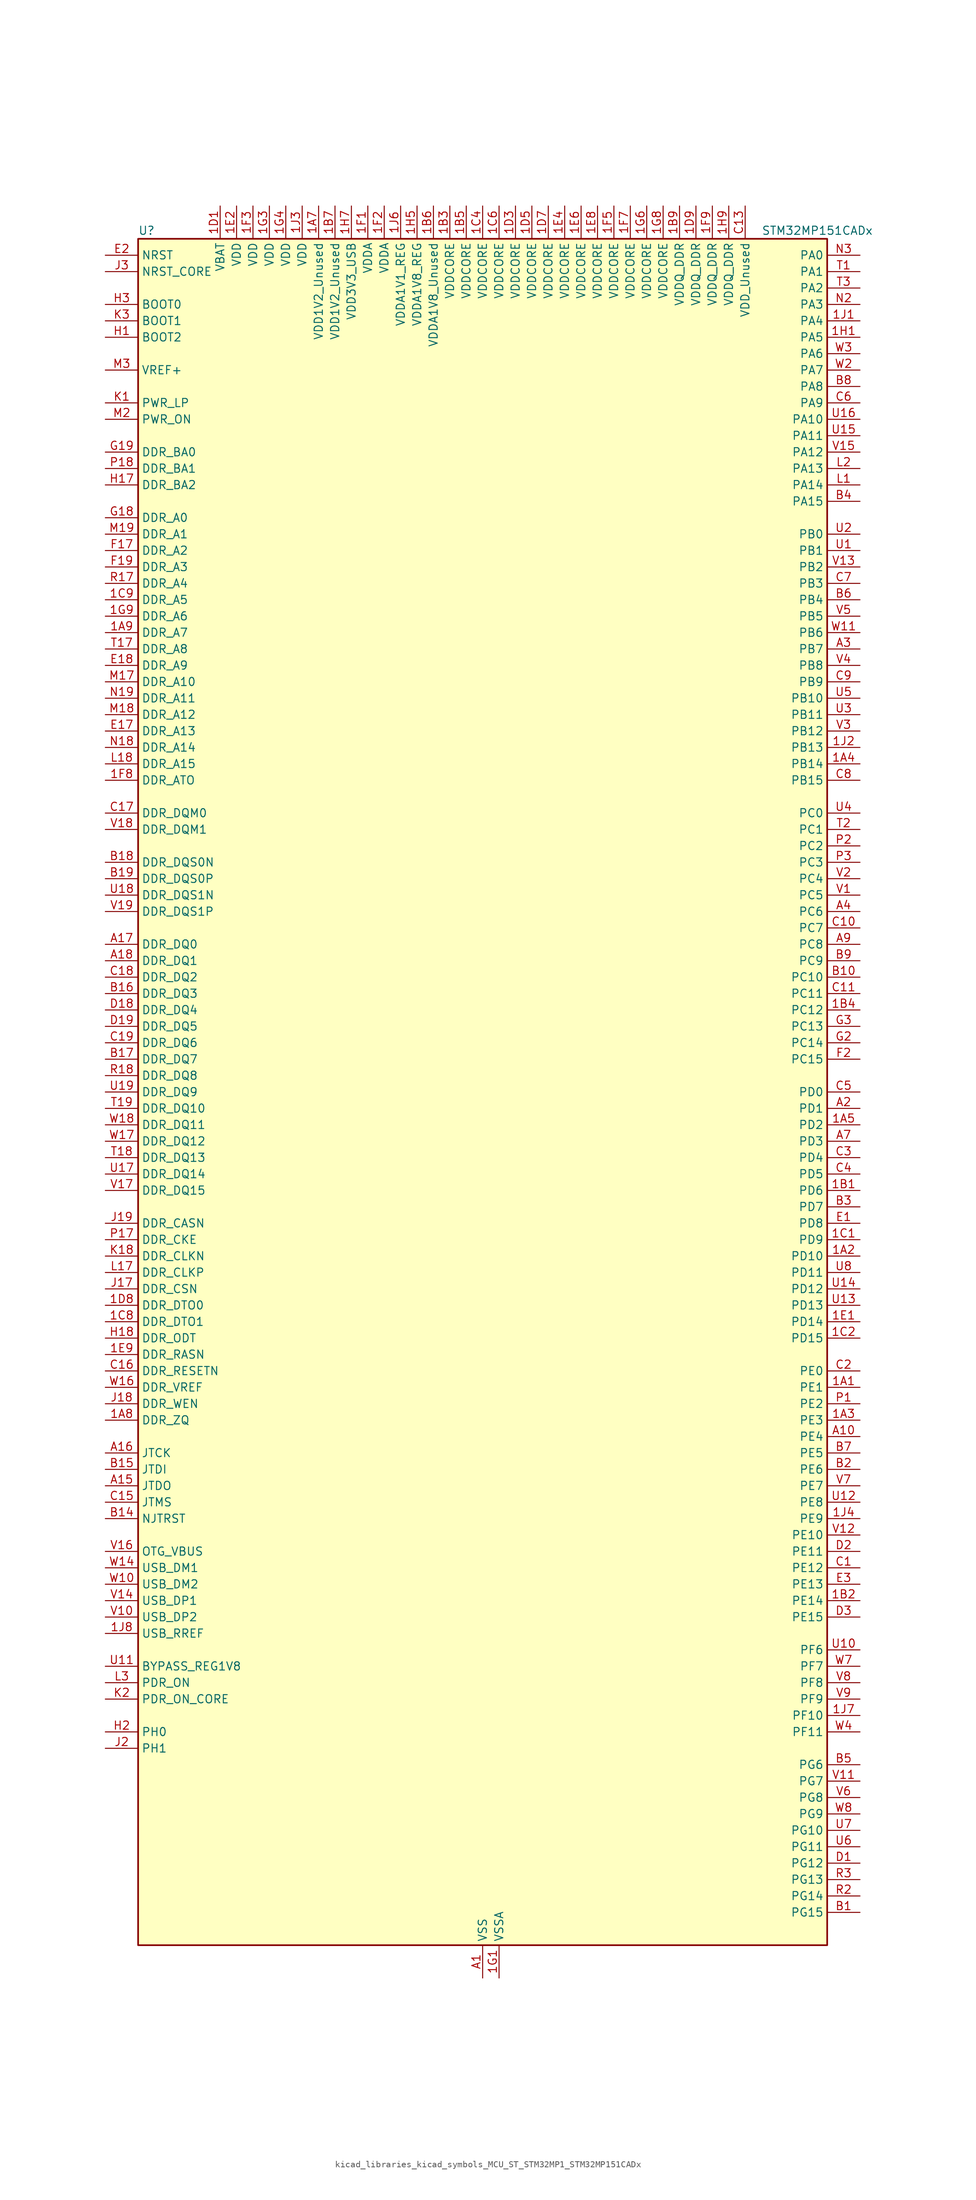
<source format=kicad_sym>
(kicad_symbol_lib
  (version 20220914)
  (generator kicad_symbol_editor)
  (symbol "kicad_libraries_kicad_symbols_MCU_ST_STM32MP1_STM32MP151CADx"
    (property "Reference" "U"
      (at -53.34 133.35 0)
      (effects (font (size 1.27 1.27)) (justify left)))
    (property "Value" "STM32MP151CADx"
      (at 43.18 133.35 0)
      (effects (font (size 1.27 1.27)) (justify left)))
    (property "ki_locked" ""
      (at 0 0 0)
      (effects (font (size 1.27 1.27))))
    (symbol "kicad_libraries_kicad_symbols_MCU_ST_STM32MP1_STM32MP151CADx_0_1"
      (rectangle (start -53.34 -132.08) (end 53.34 132.08) (stroke (width 0.254) (type default)) (fill (type background))))
    (symbol "kicad_libraries_kicad_symbols_MCU_ST_STM32MP1_STM32MP151CADx_1_1"
      (pin bidirectional line (at 58.42 -45.72 180) (length 5.08) (name "PE1" (effects (font (size 1.27 1.27)))) (number "1A1" (effects (font (size 1.27 1.27)))) (alternate "DCMI_D3" bidirectional line) (alternate "FMC_NBL1" bidirectional line) (alternate "I2S2_MCK" bidirectional line) (alternate "LPTIM1_IN2" bidirectional line) (alternate "SAI3_SD_B" bidirectional line) (alternate "UART8_TX" bidirectional line))
      (pin bidirectional line (at 58.42 -25.4 180) (length 5.08) (name "PD10" (effects (font (size 1.27 1.27)))) (number "1A2" (effects (font (size 1.27 1.27)))) (alternate "DFSDM1_CKOUT" bidirectional line) (alternate "FMC_D15" bidirectional line) (alternate "FMC_DA15" bidirectional line) (alternate "I2C5_SMBA" bidirectional line) (alternate "I2S3_SDI" bidirectional line) (alternate "LTDC_B3" bidirectional line) (alternate "RTC_REFIN" bidirectional line) (alternate "SAI3_FS_B" bidirectional line) (alternate "SPI3_MISO" bidirectional line) (alternate "TIM16_BKIN" bidirectional line) (alternate "USART3_CK" bidirectional line))
      (pin bidirectional line (at 58.42 -50.8 180) (length 5.08) (name "PE3" (effects (font (size 1.27 1.27)))) (number "1A3" (effects (font (size 1.27 1.27)))) (alternate "DEBUG_TRACED0" bidirectional line) (alternate "FMC_A19" bidirectional line) (alternate "SAI1_SD_B" bidirectional line) (alternate "SDMMC2_CK" bidirectional line) (alternate "TIM15_BKIN" bidirectional line))
      (pin bidirectional line (at 58.42 50.8 180) (length 5.08) (name "PB14" (effects (font (size 1.27 1.27)))) (number "1A4" (effects (font (size 1.27 1.27)))) (alternate "DFSDM1_DATIN2" bidirectional line) (alternate "I2S2_SDI" bidirectional line) (alternate "SDMMC2_D0" bidirectional line) (alternate "SPI2_MISO" bidirectional line) (alternate "TIM12_CH1" bidirectional line) (alternate "TIM1_CH2N" bidirectional line) (alternate "TIM8_CH2N" bidirectional line) (alternate "USART1_TX" bidirectional line) (alternate "USART3_DE" bidirectional line) (alternate "USART3_RTS" bidirectional line))
      (pin bidirectional line (at 58.42 -5.08 180) (length 5.08) (name "PD2" (effects (font (size 1.27 1.27)))) (number "1A5" (effects (font (size 1.27 1.27)))) (alternate "DCMI_D11" bidirectional line) (alternate "I2C5_SMBA" bidirectional line) (alternate "SDMMC1_CMD" bidirectional line) (alternate "TIM3_ETR" bidirectional line) (alternate "UART4_RX" bidirectional line) (alternate "UART5_RX" bidirectional line))
      (pin passive line (at 0 -137.16 90) (length 5.08) hide (name "VSS" (effects (font (size 1.27 1.27)))) (number "1A6" (effects (font (size 1.27 1.27)))))
      (pin power_in line (at -25.4 137.16 270) (length 5.08) (name "VDD1V2_Unused" (effects (font (size 1.27 1.27)))) (number "1A7" (effects (font (size 1.27 1.27)))))
      (pin bidirectional line (at -58.42 -50.8 0) (length 5.08) (name "DDR_ZQ" (effects (font (size 1.27 1.27)))) (number "1A8" (effects (font (size 1.27 1.27)))) (alternate "DDR_ZQ" bidirectional line))
      (pin bidirectional line (at -58.42 71.12 0) (length 5.08) (name "DDR_A7" (effects (font (size 1.27 1.27)))) (number "1A9" (effects (font (size 1.27 1.27)))) (alternate "DDR_A7" bidirectional line))
      (pin bidirectional line (at 58.42 -15.24 180) (length 5.08) (name "PD6" (effects (font (size 1.27 1.27)))) (number "1B1" (effects (font (size 1.27 1.27)))) (alternate "DCMI_D10" bidirectional line) (alternate "DFSDM1_CKIN4" bidirectional line) (alternate "DFSDM1_DATIN1" bidirectional line) (alternate "FMC_NWAIT" bidirectional line) (alternate "I2S3_SDO" bidirectional line) (alternate "LTDC_B2" bidirectional line) (alternate "SAI1_D1" bidirectional line) (alternate "SAI1_SD_A" bidirectional line) (alternate "SPI3_MOSI" bidirectional line) (alternate "TIM16_CH1N" bidirectional line) (alternate "USART2_RX" bidirectional line))
      (pin bidirectional line (at 58.42 -78.74 180) (length 5.08) (name "PE14" (effects (font (size 1.27 1.27)))) (number "1B2" (effects (font (size 1.27 1.27)))) (alternate "FMC_D11" bidirectional line) (alternate "FMC_DA11" bidirectional line) (alternate "LTDC_CLK" bidirectional line) (alternate "LTDC_G0" bidirectional line) (alternate "SAI2_MCLK_B" bidirectional line) (alternate "SDMMC1_D123DIR" bidirectional line) (alternate "SPI4_MOSI" bidirectional line) (alternate "TIM1_CH4" bidirectional line) (alternate "UART8_DE" bidirectional line) (alternate "UART8_RTS" bidirectional line))
      (pin power_in line (at -5.08 137.16 270) (length 5.08) (name "VDDCORE" (effects (font (size 1.27 1.27)))) (number "1B3" (effects (font (size 1.27 1.27)))))
      (pin bidirectional line (at 58.42 12.7 180) (length 5.08) (name "PC12" (effects (font (size 1.27 1.27)))) (number "1B4" (effects (font (size 1.27 1.27)))) (alternate "DCMI_D9" bidirectional line) (alternate "DEBUG_TRACECLK" bidirectional line) (alternate "I2S3_SDO" bidirectional line) (alternate "RCC_MCO_2" bidirectional line) (alternate "SAI4_D3" bidirectional line) (alternate "SAI4_SD_B" bidirectional line) (alternate "SDMMC1_CK" bidirectional line) (alternate "SPI3_MOSI" bidirectional line) (alternate "UART5_TX" bidirectional line) (alternate "USART3_CK" bidirectional line))
      (pin power_in line (at -2.54 137.16 270) (length 5.08) (name "VDDCORE" (effects (font (size 1.27 1.27)))) (number "1B5" (effects (font (size 1.27 1.27)))))
      (pin power_in line (at -7.62 137.16 270) (length 5.08) (name "VDDA1V8_Unused" (effects (font (size 1.27 1.27)))) (number "1B6" (effects (font (size 1.27 1.27)))))
      (pin power_in line (at -22.86 137.16 270) (length 5.08) (name "VDD1V2_Unused" (effects (font (size 1.27 1.27)))) (number "1B7" (effects (font (size 1.27 1.27)))))
      (pin passive line (at 0 -137.16 90) (length 5.08) hide (name "VSS" (effects (font (size 1.27 1.27)))) (number "1B8" (effects (font (size 1.27 1.27)))))
      (pin power_in line (at 30.48 137.16 270) (length 5.08) (name "VDDQ_DDR" (effects (font (size 1.27 1.27)))) (number "1B9" (effects (font (size 1.27 1.27)))))
      (pin bidirectional line (at 58.42 -22.86 180) (length 5.08) (name "PD9" (effects (font (size 1.27 1.27)))) (number "1C1" (effects (font (size 1.27 1.27)))) (alternate "DAC1_EXTI9" bidirectional line) (alternate "DCMI_HSYNC" bidirectional line) (alternate "DFSDM1_DATIN3" bidirectional line) (alternate "FMC_D14" bidirectional line) (alternate "FMC_DA14" bidirectional line) (alternate "LTDC_B0" bidirectional line) (alternate "SAI3_SD_B" bidirectional line) (alternate "USART3_RX" bidirectional line))
      (pin bidirectional line (at 58.42 -38.1 180) (length 5.08) (name "PD15" (effects (font (size 1.27 1.27)))) (number "1C2" (effects (font (size 1.27 1.27)))) (alternate "ADC1_EXTI15" bidirectional line) (alternate "ADC2_EXTI15" bidirectional line) (alternate "FMC_D1" bidirectional line) (alternate "FMC_DA1" bidirectional line) (alternate "LTDC_R1" bidirectional line) (alternate "SAI3_MCLK_A" bidirectional line) (alternate "TIM4_CH4" bidirectional line) (alternate "UART8_CTS" bidirectional line))
      (pin passive line (at 0 -137.16 90) (length 5.08) hide (name "VSS" (effects (font (size 1.27 1.27)))) (number "1C3" (effects (font (size 1.27 1.27)))))
      (pin power_in line (at 0 137.16 270) (length 5.08) (name "VDDCORE" (effects (font (size 1.27 1.27)))) (number "1C4" (effects (font (size 1.27 1.27)))))
      (pin passive line (at 0 -137.16 90) (length 5.08) hide (name "VSS" (effects (font (size 1.27 1.27)))) (number "1C5" (effects (font (size 1.27 1.27)))))
      (pin power_in line (at 2.54 137.16 270) (length 5.08) (name "VDDCORE" (effects (font (size 1.27 1.27)))) (number "1C6" (effects (font (size 1.27 1.27)))))
      (pin passive line (at 0 -137.16 90) (length 5.08) hide (name "VSS" (effects (font (size 1.27 1.27)))) (number "1C7" (effects (font (size 1.27 1.27)))))
      (pin bidirectional line (at -58.42 -35.56 0) (length 5.08) (name "DDR_DTO1" (effects (font (size 1.27 1.27)))) (number "1C8" (effects (font (size 1.27 1.27)))) (alternate "DDR_DTO1" bidirectional line))
      (pin bidirectional line (at -58.42 76.2 0) (length 5.08) (name "DDR_A5" (effects (font (size 1.27 1.27)))) (number "1C9" (effects (font (size 1.27 1.27)))) (alternate "DDR_A5" bidirectional line))
      (pin power_in line (at -40.64 137.16 270) (length 5.08) (name "VBAT" (effects (font (size 1.27 1.27)))) (number "1D1" (effects (font (size 1.27 1.27)))))
      (pin passive line (at 0 -137.16 90) (length 5.08) hide (name "VSS" (effects (font (size 1.27 1.27)))) (number "1D2" (effects (font (size 1.27 1.27)))))
      (pin power_in line (at 5.08 137.16 270) (length 5.08) (name "VDDCORE" (effects (font (size 1.27 1.27)))) (number "1D3" (effects (font (size 1.27 1.27)))))
      (pin passive line (at 0 -137.16 90) (length 5.08) hide (name "VSS" (effects (font (size 1.27 1.27)))) (number "1D4" (effects (font (size 1.27 1.27)))))
      (pin power_in line (at 7.62 137.16 270) (length 5.08) (name "VDDCORE" (effects (font (size 1.27 1.27)))) (number "1D5" (effects (font (size 1.27 1.27)))))
      (pin passive line (at 0 -137.16 90) (length 5.08) hide (name "VSS" (effects (font (size 1.27 1.27)))) (number "1D6" (effects (font (size 1.27 1.27)))))
      (pin power_in line (at 10.16 137.16 270) (length 5.08) (name "VDDCORE" (effects (font (size 1.27 1.27)))) (number "1D7" (effects (font (size 1.27 1.27)))))
      (pin bidirectional line (at -58.42 -33.02 0) (length 5.08) (name "DDR_DTO0" (effects (font (size 1.27 1.27)))) (number "1D8" (effects (font (size 1.27 1.27)))) (alternate "DDR_DTO0" bidirectional line))
      (pin power_in line (at 33.02 137.16 270) (length 5.08) (name "VDDQ_DDR" (effects (font (size 1.27 1.27)))) (number "1D9" (effects (font (size 1.27 1.27)))))
      (pin bidirectional line (at 58.42 -35.56 180) (length 5.08) (name "PD14" (effects (font (size 1.27 1.27)))) (number "1E1" (effects (font (size 1.27 1.27)))) (alternate "FMC_D0" bidirectional line) (alternate "FMC_DA0" bidirectional line) (alternate "SAI3_MCLK_B" bidirectional line) (alternate "TIM4_CH3" bidirectional line) (alternate "UART8_CTS" bidirectional line))
      (pin power_in line (at -38.1 137.16 270) (length 5.08) (name "VDD" (effects (font (size 1.27 1.27)))) (number "1E2" (effects (font (size 1.27 1.27)))))
      (pin passive line (at 0 -137.16 90) (length 5.08) hide (name "VSS" (effects (font (size 1.27 1.27)))) (number "1E3" (effects (font (size 1.27 1.27)))))
      (pin power_in line (at 12.7 137.16 270) (length 5.08) (name "VDDCORE" (effects (font (size 1.27 1.27)))) (number "1E4" (effects (font (size 1.27 1.27)))))
      (pin passive line (at 0 -137.16 90) (length 5.08) hide (name "VSS" (effects (font (size 1.27 1.27)))) (number "1E5" (effects (font (size 1.27 1.27)))))
      (pin power_in line (at 15.24 137.16 270) (length 5.08) (name "VDDCORE" (effects (font (size 1.27 1.27)))) (number "1E6" (effects (font (size 1.27 1.27)))))
      (pin passive line (at 0 -137.16 90) (length 5.08) hide (name "VSS" (effects (font (size 1.27 1.27)))) (number "1E7" (effects (font (size 1.27 1.27)))))
      (pin power_in line (at 17.78 137.16 270) (length 5.08) (name "VDDCORE" (effects (font (size 1.27 1.27)))) (number "1E8" (effects (font (size 1.27 1.27)))))
      (pin bidirectional line (at -58.42 -40.64 0) (length 5.08) (name "DDR_RASN" (effects (font (size 1.27 1.27)))) (number "1E9" (effects (font (size 1.27 1.27)))) (alternate "DDR_RASN" bidirectional line))
      (pin power_in line (at -17.78 137.16 270) (length 5.08) (name "VDDA" (effects (font (size 1.27 1.27)))) (number "1F1" (effects (font (size 1.27 1.27)))))
      (pin power_in line (at -15.24 137.16 270) (length 5.08) (name "VDDA" (effects (font (size 1.27 1.27)))) (number "1F2" (effects (font (size 1.27 1.27)))))
      (pin power_in line (at -35.56 137.16 270) (length 5.08) (name "VDD" (effects (font (size 1.27 1.27)))) (number "1F3" (effects (font (size 1.27 1.27)))))
      (pin passive line (at 0 -137.16 90) (length 5.08) hide (name "VSS" (effects (font (size 1.27 1.27)))) (number "1F4" (effects (font (size 1.27 1.27)))))
      (pin power_in line (at 20.32 137.16 270) (length 5.08) (name "VDDCORE" (effects (font (size 1.27 1.27)))) (number "1F5" (effects (font (size 1.27 1.27)))))
      (pin passive line (at 0 -137.16 90) (length 5.08) hide (name "VSS" (effects (font (size 1.27 1.27)))) (number "1F6" (effects (font (size 1.27 1.27)))))
      (pin power_in line (at 22.86 137.16 270) (length 5.08) (name "VDDCORE" (effects (font (size 1.27 1.27)))) (number "1F7" (effects (font (size 1.27 1.27)))))
      (pin bidirectional line (at -58.42 48.26 0) (length 5.08) (name "DDR_ATO" (effects (font (size 1.27 1.27)))) (number "1F8" (effects (font (size 1.27 1.27)))) (alternate "DDR_ATO" bidirectional line))
      (pin power_in line (at 35.56 137.16 270) (length 5.08) (name "VDDQ_DDR" (effects (font (size 1.27 1.27)))) (number "1F9" (effects (font (size 1.27 1.27)))))
      (pin power_in line (at 2.54 -137.16 90) (length 5.08) (name "VSSA" (effects (font (size 1.27 1.27)))) (number "1G1" (effects (font (size 1.27 1.27)))))
      (pin passive line (at 0 -137.16 90) (length 5.08) hide (name "VSS" (effects (font (size 1.27 1.27)))) (number "1G2" (effects (font (size 1.27 1.27)))))
      (pin power_in line (at -33.02 137.16 270) (length 5.08) (name "VDD" (effects (font (size 1.27 1.27)))) (number "1G3" (effects (font (size 1.27 1.27)))))
      (pin power_in line (at -30.48 137.16 270) (length 5.08) (name "VDD" (effects (font (size 1.27 1.27)))) (number "1G4" (effects (font (size 1.27 1.27)))))
      (pin passive line (at 0 -137.16 90) (length 5.08) hide (name "VSS" (effects (font (size 1.27 1.27)))) (number "1G5" (effects (font (size 1.27 1.27)))))
      (pin power_in line (at 25.4 137.16 270) (length 5.08) (name "VDDCORE" (effects (font (size 1.27 1.27)))) (number "1G6" (effects (font (size 1.27 1.27)))))
      (pin passive line (at 0 -137.16 90) (length 5.08) hide (name "VSS" (effects (font (size 1.27 1.27)))) (number "1G7" (effects (font (size 1.27 1.27)))))
      (pin power_in line (at 27.94 137.16 270) (length 5.08) (name "VDDCORE" (effects (font (size 1.27 1.27)))) (number "1G8" (effects (font (size 1.27 1.27)))))
      (pin bidirectional line (at -58.42 73.66 0) (length 5.08) (name "DDR_A6" (effects (font (size 1.27 1.27)))) (number "1G9" (effects (font (size 1.27 1.27)))) (alternate "DDR_A6" bidirectional line))
      (pin bidirectional line (at 58.42 116.84 180) (length 5.08) (name "PA5" (effects (font (size 1.27 1.27)))) (number "1H1" (effects (font (size 1.27 1.27)))) (alternate "ADC1_INN18" bidirectional line) (alternate "ADC1_INP19" bidirectional line) (alternate "ADC2_INN18" bidirectional line) (alternate "ADC2_INP19" bidirectional line) (alternate "DAC1_OUT2" bidirectional line) (alternate "I2S1_CK" bidirectional line) (alternate "LTDC_R4" bidirectional line) (alternate "SAI4_CK1" bidirectional line) (alternate "SAI4_MCLK_A" bidirectional line) (alternate "SPI1_SCK" bidirectional line) (alternate "SPI6_SCK" bidirectional line) (alternate "TIM2_CH1" bidirectional line) (alternate "TIM2_ETR" bidirectional line) (alternate "TIM8_CH1N" bidirectional line))
      (pin passive line (at 0 -137.16 90) (length 5.08) hide (name "VSS" (effects (font (size 1.27 1.27)))) (number "1H2" (effects (font (size 1.27 1.27)))))
      (pin passive line (at 0 -137.16 90) (length 5.08) hide (name "VSS" (effects (font (size 1.27 1.27)))) (number "1H3" (effects (font (size 1.27 1.27)))))
      (pin passive line (at 0 -137.16 90) (length 5.08) hide (name "VSS" (effects (font (size 1.27 1.27)))) (number "1H4" (effects (font (size 1.27 1.27)))))
      (pin power_in line (at -10.16 137.16 270) (length 5.08) (name "VDDA1V8_REG" (effects (font (size 1.27 1.27)))) (number "1H5" (effects (font (size 1.27 1.27)))))
      (pin passive line (at 0 -137.16 90) (length 5.08) hide (name "VSS" (effects (font (size 1.27 1.27)))) (number "1H6" (effects (font (size 1.27 1.27)))))
      (pin power_in line (at -20.32 137.16 270) (length 5.08) (name "VDD3V3_USB" (effects (font (size 1.27 1.27)))) (number "1H7" (effects (font (size 1.27 1.27)))))
      (pin passive line (at 0 -137.16 90) (length 5.08) hide (name "VSS" (effects (font (size 1.27 1.27)))) (number "1H8" (effects (font (size 1.27 1.27)))))
      (pin power_in line (at 38.1 137.16 270) (length 5.08) (name "VDDQ_DDR" (effects (font (size 1.27 1.27)))) (number "1H9" (effects (font (size 1.27 1.27)))))
      (pin bidirectional line (at 58.42 119.38 180) (length 5.08) (name "PA4" (effects (font (size 1.27 1.27)))) (number "1J1" (effects (font (size 1.27 1.27)))) (alternate "ADC1_INP18" bidirectional line) (alternate "ADC2_INP18" bidirectional line) (alternate "DAC1_OUT1" bidirectional line) (alternate "DCMI_HSYNC" bidirectional line) (alternate "HDP_HDP0" bidirectional line) (alternate "I2S1_WS" bidirectional line) (alternate "I2S3_WS" bidirectional line) (alternate "LTDC_VSYNC" bidirectional line) (alternate "SAI4_D2" bidirectional line) (alternate "SAI4_FS_A" bidirectional line) (alternate "SPI1_NSS" bidirectional line) (alternate "SPI3_NSS" bidirectional line) (alternate "SPI6_NSS" bidirectional line) (alternate "TIM5_ETR" bidirectional line) (alternate "USART2_CK" bidirectional line))
      (pin bidirectional line (at 58.42 53.34 180) (length 5.08) (name "PB13" (effects (font (size 1.27 1.27)))) (number "1J2" (effects (font (size 1.27 1.27)))) (alternate "DFSDM1_CKIN1" bidirectional line) (alternate "DFSDM1_CKOUT" bidirectional line) (alternate "ETH1_TXD1" bidirectional line) (alternate "I2S2_CK" bidirectional line) (alternate "LPTIM2_OUT" bidirectional line) (alternate "SPI2_SCK" bidirectional line) (alternate "TIM1_CH1N" bidirectional line) (alternate "UART5_TX" bidirectional line) (alternate "USART3_CTS" bidirectional line) (alternate "USART3_NSS" bidirectional line))
      (pin power_in line (at -27.94 137.16 270) (length 5.08) (name "VDD" (effects (font (size 1.27 1.27)))) (number "1J3" (effects (font (size 1.27 1.27)))))
      (pin bidirectional line (at 58.42 -66.04 180) (length 5.08) (name "PE9" (effects (font (size 1.27 1.27)))) (number "1J4" (effects (font (size 1.27 1.27)))) (alternate "DAC1_EXTI9" bidirectional line) (alternate "DFSDM1_CKOUT" bidirectional line) (alternate "FMC_D6" bidirectional line) (alternate "FMC_DA6" bidirectional line) (alternate "QUADSPI_BK2_IO2" bidirectional line) (alternate "TIM1_CH1" bidirectional line) (alternate "UART7_DE" bidirectional line) (alternate "UART7_RTS" bidirectional line))
      (pin passive line (at 0 -137.16 90) (length 5.08) hide (name "VSS" (effects (font (size 1.27 1.27)))) (number "1J5" (effects (font (size 1.27 1.27)))))
      (pin power_in line (at -12.7 137.16 270) (length 5.08) (name "VDDA1V1_REG" (effects (font (size 1.27 1.27)))) (number "1J6" (effects (font (size 1.27 1.27)))))
      (pin bidirectional line (at 58.42 -96.52 180) (length 5.08) (name "PF10" (effects (font (size 1.27 1.27)))) (number "1J7" (effects (font (size 1.27 1.27)))) (alternate "DCMI_D11" bidirectional line) (alternate "LTDC_DE" bidirectional line) (alternate "QUADSPI_CLK" bidirectional line) (alternate "SAI1_D3" bidirectional line) (alternate "SAI1_D4" bidirectional line) (alternate "SAI4_D3" bidirectional line) (alternate "SAI4_D4" bidirectional line) (alternate "TIM16_BKIN" bidirectional line))
      (pin bidirectional line (at -58.42 -83.82 0) (length 5.08) (name "USB_RREF" (effects (font (size 1.27 1.27)))) (number "1J8" (effects (font (size 1.27 1.27)))))
      (pin passive line (at 0 -137.16 90) (length 5.08) hide (name "VSS" (effects (font (size 1.27 1.27)))) (number "1J9" (effects (font (size 1.27 1.27)))))
      (pin power_in line (at 0 -137.16 90) (length 5.08) (name "VSS" (effects (font (size 1.27 1.27)))) (number "A1" (effects (font (size 1.27 1.27)))))
      (pin bidirectional line (at 58.42 -53.34 180) (length 5.08) (name "PE4" (effects (font (size 1.27 1.27)))) (number "A10" (effects (font (size 1.27 1.27)))) (alternate "DCMI_D4" bidirectional line) (alternate "DEBUG_TRACED1" bidirectional line) (alternate "DFSDM1_DATIN3" bidirectional line) (alternate "FMC_A20" bidirectional line) (alternate "LTDC_B0" bidirectional line) (alternate "SAI1_D2" bidirectional line) (alternate "SAI1_FS_A" bidirectional line) (alternate "SDMMC1_CKIN" bidirectional line) (alternate "SDMMC1_D4" bidirectional line) (alternate "SDMMC2_CKIN" bidirectional line) (alternate "SDMMC2_D4" bidirectional line) (alternate "SPI4_NSS" bidirectional line) (alternate "TIM15_CH1N" bidirectional line))
      (pin no_connect line (at -53.34 -132.08 0) (length 5.08) hide (name "DNU" (effects (font (size 1.27 1.27)))) (number "A12" (effects (font (size 1.27 1.27)))))
      (pin no_connect line (at -53.34 -129.54 0) (length 5.08) hide (name "DNU" (effects (font (size 1.27 1.27)))) (number "A13" (effects (font (size 1.27 1.27)))))
      (pin bidirectional line (at -58.42 -60.96 0) (length 5.08) (name "JTDO" (effects (font (size 1.27 1.27)))) (number "A15" (effects (font (size 1.27 1.27)))) (alternate "DEBUG_JTDO-SWO" bidirectional line))
      (pin bidirectional line (at -58.42 -55.88 0) (length 5.08) (name "JTCK" (effects (font (size 1.27 1.27)))) (number "A16" (effects (font (size 1.27 1.27)))) (alternate "DEBUG_JTCK-SWCLK" bidirectional line))
      (pin bidirectional line (at -58.42 22.86 0) (length 5.08) (name "DDR_DQ0" (effects (font (size 1.27 1.27)))) (number "A17" (effects (font (size 1.27 1.27)))) (alternate "DDR_DQ0" bidirectional line))
      (pin bidirectional line (at -58.42 20.32 0) (length 5.08) (name "DDR_DQ1" (effects (font (size 1.27 1.27)))) (number "A18" (effects (font (size 1.27 1.27)))) (alternate "DDR_DQ1" bidirectional line))
      (pin passive line (at 0 -137.16 90) (length 5.08) hide (name "VSS" (effects (font (size 1.27 1.27)))) (number "A19" (effects (font (size 1.27 1.27)))))
      (pin bidirectional line (at 58.42 -2.54 180) (length 5.08) (name "PD1" (effects (font (size 1.27 1.27)))) (number "A2" (effects (font (size 1.27 1.27)))) (alternate "DFSDM1_CKIN7" bidirectional line) (alternate "DFSDM1_DATIN6" bidirectional line) (alternate "FMC_D3" bidirectional line) (alternate "FMC_DA3" bidirectional line) (alternate "I2C5_SCL" bidirectional line) (alternate "I2C6_SCL" bidirectional line) (alternate "SAI3_SD_A" bidirectional line) (alternate "SDMMC3_D0" bidirectional line) (alternate "UART4_TX" bidirectional line))
      (pin bidirectional line (at 58.42 68.58 180) (length 5.08) (name "PB7" (effects (font (size 1.27 1.27)))) (number "A3" (effects (font (size 1.27 1.27)))) (alternate "DCMI_VSYNC" bidirectional line) (alternate "DFSDM1_CKIN5" bidirectional line) (alternate "FMC_NL" bidirectional line) (alternate "I2C1_SDA" bidirectional line) (alternate "I2C4_SDA" bidirectional line) (alternate "SDMMC2_D1" bidirectional line) (alternate "TIM17_CH1N" bidirectional line) (alternate "TIM4_CH2" bidirectional line) (alternate "USART1_RX" bidirectional line))
      (pin bidirectional line (at 58.42 27.94 180) (length 5.08) (name "PC6" (effects (font (size 1.27 1.27)))) (number "A4" (effects (font (size 1.27 1.27)))) (alternate "DCMI_D0" bidirectional line) (alternate "DFSDM1_CKIN3" bidirectional line) (alternate "HDP_HDP1" bidirectional line) (alternate "I2S2_MCK" bidirectional line) (alternate "LTDC_HSYNC" bidirectional line) (alternate "SDMMC1_D0DIR" bidirectional line) (alternate "SDMMC1_D6" bidirectional line) (alternate "SDMMC2_D0DIR" bidirectional line) (alternate "SDMMC2_D6" bidirectional line) (alternate "TIM3_CH1" bidirectional line) (alternate "TIM8_CH1" bidirectional line) (alternate "USART6_TX" bidirectional line))
      (pin passive line (at 0 -137.16 90) (length 5.08) hide (name "VSS" (effects (font (size 1.27 1.27)))) (number "A6" (effects (font (size 1.27 1.27)))))
      (pin bidirectional line (at 58.42 -7.62 180) (length 5.08) (name "PD3" (effects (font (size 1.27 1.27)))) (number "A7" (effects (font (size 1.27 1.27)))) (alternate "DCMI_D5" bidirectional line) (alternate "DFSDM1_CKOUT" bidirectional line) (alternate "DFSDM1_DATIN0" bidirectional line) (alternate "FMC_CLK" bidirectional line) (alternate "HDP_HDP5" bidirectional line) (alternate "I2S2_CK" bidirectional line) (alternate "LTDC_G7" bidirectional line) (alternate "SDMMC1_D123DIR" bidirectional line) (alternate "SDMMC1_D7" bidirectional line) (alternate "SDMMC2_D123DIR" bidirectional line) (alternate "SDMMC2_D7" bidirectional line) (alternate "SPI2_SCK" bidirectional line) (alternate "USART2_CTS" bidirectional line) (alternate "USART2_NSS" bidirectional line))
      (pin bidirectional line (at 58.42 22.86 180) (length 5.08) (name "PC8" (effects (font (size 1.27 1.27)))) (number "A9" (effects (font (size 1.27 1.27)))) (alternate "DCMI_D2" bidirectional line) (alternate "DEBUG_TRACED0" bidirectional line) (alternate "SDMMC1_D0" bidirectional line) (alternate "TIM3_CH3" bidirectional line) (alternate "TIM8_CH3" bidirectional line) (alternate "UART4_TX" bidirectional line) (alternate "UART5_DE" bidirectional line) (alternate "UART5_RTS" bidirectional line) (alternate "USART6_CK" bidirectional line))
      (pin bidirectional line (at 58.42 -127 180) (length 5.08) (name "PG15" (effects (font (size 1.27 1.27)))) (number "B1" (effects (font (size 1.27 1.27)))) (alternate "ADC1_EXTI15" bidirectional line) (alternate "ADC2_EXTI15" bidirectional line) (alternate "DCMI_D13" bidirectional line) (alternate "DEBUG_TRACED7" bidirectional line) (alternate "I2C2_SDA" bidirectional line) (alternate "SAI1_D2" bidirectional line) (alternate "SAI1_FS_A" bidirectional line) (alternate "SDMMC3_CK" bidirectional line) (alternate "USART6_CTS" bidirectional line) (alternate "USART6_NSS" bidirectional line))
      (pin bidirectional line (at 58.42 17.78 180) (length 5.08) (name "PC10" (effects (font (size 1.27 1.27)))) (number "B10" (effects (font (size 1.27 1.27)))) (alternate "DCMI_D8" bidirectional line) (alternate "DEBUG_TRACED2" bidirectional line) (alternate "DFSDM1_CKIN5" bidirectional line) (alternate "I2S3_CK" bidirectional line) (alternate "LTDC_R2" bidirectional line) (alternate "QUADSPI_BK1_IO1" bidirectional line) (alternate "SAI4_MCLK_B" bidirectional line) (alternate "SDMMC1_D2" bidirectional line) (alternate "SPI3_SCK" bidirectional line) (alternate "UART4_TX" bidirectional line) (alternate "USART3_TX" bidirectional line))
      (pin no_connect line (at -53.34 -127 0) (length 5.08) hide (name "DNU" (effects (font (size 1.27 1.27)))) (number "B11" (effects (font (size 1.27 1.27)))))
      (pin no_connect line (at -53.34 -124.46 0) (length 5.08) hide (name "DNU" (effects (font (size 1.27 1.27)))) (number "B12" (effects (font (size 1.27 1.27)))))
      (pin no_connect line (at -53.34 -121.92 0) (length 5.08) hide (name "DNU" (effects (font (size 1.27 1.27)))) (number "B13" (effects (font (size 1.27 1.27)))))
      (pin bidirectional line (at -58.42 -66.04 0) (length 5.08) (name "NJTRST" (effects (font (size 1.27 1.27)))) (number "B14" (effects (font (size 1.27 1.27)))) (alternate "DEBUG_JTRST" bidirectional line))
      (pin bidirectional line (at -58.42 -58.42 0) (length 5.08) (name "JTDI" (effects (font (size 1.27 1.27)))) (number "B15" (effects (font (size 1.27 1.27)))) (alternate "DEBUG_JTDI" bidirectional line))
      (pin bidirectional line (at -58.42 15.24 0) (length 5.08) (name "DDR_DQ3" (effects (font (size 1.27 1.27)))) (number "B16" (effects (font (size 1.27 1.27)))) (alternate "DDR_DQ3" bidirectional line))
      (pin bidirectional line (at -58.42 5.08 0) (length 5.08) (name "DDR_DQ7" (effects (font (size 1.27 1.27)))) (number "B17" (effects (font (size 1.27 1.27)))) (alternate "DDR_DQ7" bidirectional line))
      (pin bidirectional line (at -58.42 35.56 0) (length 5.08) (name "DDR_DQS0N" (effects (font (size 1.27 1.27)))) (number "B18" (effects (font (size 1.27 1.27)))) (alternate "DDR_DQS0N" bidirectional line))
      (pin bidirectional line (at -58.42 33.02 0) (length 5.08) (name "DDR_DQS0P" (effects (font (size 1.27 1.27)))) (number "B19" (effects (font (size 1.27 1.27)))) (alternate "DDR_DQS0P" bidirectional line))
      (pin bidirectional line (at 58.42 -58.42 180) (length 5.08) (name "PE6" (effects (font (size 1.27 1.27)))) (number "B2" (effects (font (size 1.27 1.27)))) (alternate "DCMI_D7" bidirectional line) (alternate "DEBUG_TRACED2" bidirectional line) (alternate "FMC_A22" bidirectional line) (alternate "LTDC_G1" bidirectional line) (alternate "SAI1_D1" bidirectional line) (alternate "SAI1_SD_A" bidirectional line) (alternate "SAI2_MCLK_B" bidirectional line) (alternate "SDMMC1_D2" bidirectional line) (alternate "SDMMC2_D0" bidirectional line) (alternate "SPI4_MOSI" bidirectional line) (alternate "TIM15_CH2" bidirectional line) (alternate "TIM1_BKIN2" bidirectional line))
      (pin bidirectional line (at 58.42 -17.78 180) (length 5.08) (name "PD7" (effects (font (size 1.27 1.27)))) (number "B3" (effects (font (size 1.27 1.27)))) (alternate "DEBUG_TRACED6" bidirectional line) (alternate "DFSDM1_CKIN1" bidirectional line) (alternate "DFSDM1_DATIN4" bidirectional line) (alternate "FMC_NE1" bidirectional line) (alternate "I2C2_SCL" bidirectional line) (alternate "SDMMC3_D3" bidirectional line) (alternate "SPDIFRX_IN0" bidirectional line) (alternate "USART2_CK" bidirectional line))
      (pin bidirectional line (at 58.42 91.44 180) (length 5.08) (name "PA15" (effects (font (size 1.27 1.27)))) (number "B4" (effects (font (size 1.27 1.27)))) (alternate "ADC1_EXTI15" bidirectional line) (alternate "ADC2_EXTI15" bidirectional line) (alternate "CEC" bidirectional line) (alternate "DEBUG_DBTRGI" bidirectional line) (alternate "I2S1_WS" bidirectional line) (alternate "I2S3_WS" bidirectional line) (alternate "LTDC_R1" bidirectional line) (alternate "SAI4_D2" bidirectional line) (alternate "SAI4_FS_A" bidirectional line) (alternate "SDMMC1_CDIR" bidirectional line) (alternate "SDMMC1_D5" bidirectional line) (alternate "SDMMC2_CDIR" bidirectional line) (alternate "SDMMC2_D5" bidirectional line) (alternate "SPI1_NSS" bidirectional line) (alternate "SPI3_NSS" bidirectional line) (alternate "SPI6_NSS" bidirectional line) (alternate "TIM2_CH1" bidirectional line) (alternate "TIM2_ETR" bidirectional line) (alternate "UART4_DE" bidirectional line) (alternate "UART4_RTS" bidirectional line) (alternate "UART7_TX" bidirectional line))
      (pin bidirectional line (at 58.42 -104.14 180) (length 5.08) (name "PG6" (effects (font (size 1.27 1.27)))) (number "B5" (effects (font (size 1.27 1.27)))) (alternate "DCMI_D12" bidirectional line) (alternate "DEBUG_TRACED14" bidirectional line) (alternate "LTDC_R7" bidirectional line) (alternate "SDMMC2_CMD" bidirectional line) (alternate "TIM17_BKIN" bidirectional line))
      (pin bidirectional line (at 58.42 76.2 180) (length 5.08) (name "PB4" (effects (font (size 1.27 1.27)))) (number "B6" (effects (font (size 1.27 1.27)))) (alternate "DEBUG_TRACED8" bidirectional line) (alternate "I2S1_SDI" bidirectional line) (alternate "I2S2_WS" bidirectional line) (alternate "I2S3_SDI" bidirectional line) (alternate "SAI4_CK2" bidirectional line) (alternate "SAI4_SCK_A" bidirectional line) (alternate "SDMMC2_D3" bidirectional line) (alternate "SPI1_MISO" bidirectional line) (alternate "SPI2_NSS" bidirectional line) (alternate "SPI3_MISO" bidirectional line) (alternate "SPI6_MISO" bidirectional line) (alternate "TIM16_BKIN" bidirectional line) (alternate "TIM3_CH1" bidirectional line) (alternate "UART7_TX" bidirectional line))
      (pin bidirectional line (at 58.42 -55.88 180) (length 5.08) (name "PE5" (effects (font (size 1.27 1.27)))) (number "B7" (effects (font (size 1.27 1.27)))) (alternate "DCMI_D6" bidirectional line) (alternate "DEBUG_TRACED3" bidirectional line) (alternate "DFSDM1_CKIN3" bidirectional line) (alternate "FMC_A21" bidirectional line) (alternate "LTDC_G0" bidirectional line) (alternate "SAI1_CK2" bidirectional line) (alternate "SAI1_SCK_A" bidirectional line) (alternate "SDMMC1_D0DIR" bidirectional line) (alternate "SDMMC1_D6" bidirectional line) (alternate "SDMMC2_D0DIR" bidirectional line) (alternate "SDMMC2_D6" bidirectional line) (alternate "SPI4_MISO" bidirectional line) (alternate "TIM15_CH1" bidirectional line))
      (pin bidirectional line (at 58.42 109.22 180) (length 5.08) (name "PA8" (effects (font (size 1.27 1.27)))) (number "B8" (effects (font (size 1.27 1.27)))) (alternate "I2C3_SCL" bidirectional line) (alternate "I2S3_SDO" bidirectional line) (alternate "LTDC_R6" bidirectional line) (alternate "RCC_MCO_1" bidirectional line) (alternate "SAI4_SD_B" bidirectional line) (alternate "SDMMC2_CKIN" bidirectional line) (alternate "SDMMC2_D4" bidirectional line) (alternate "SPI3_MOSI" bidirectional line) (alternate "TIM1_CH1" bidirectional line) (alternate "TIM8_BKIN2" bidirectional line) (alternate "UART7_RX" bidirectional line) (alternate "USART1_CK" bidirectional line) (alternate "USB_OTG_HS_SOF" bidirectional line))
      (pin bidirectional line (at 58.42 20.32 180) (length 5.08) (name "PC9" (effects (font (size 1.27 1.27)))) (number "B9" (effects (font (size 1.27 1.27)))) (alternate "DAC1_EXTI9" bidirectional line) (alternate "DCMI_D3" bidirectional line) (alternate "DEBUG_TRACED1" bidirectional line) (alternate "I2C3_SDA" bidirectional line) (alternate "I2S_CKIN" bidirectional line) (alternate "LTDC_B2" bidirectional line) (alternate "QUADSPI_BK1_IO0" bidirectional line) (alternate "SDMMC1_D1" bidirectional line) (alternate "TIM3_CH4" bidirectional line) (alternate "TIM8_CH4" bidirectional line) (alternate "UART5_CTS" bidirectional line))
      (pin bidirectional line (at 58.42 -73.66 180) (length 5.08) (name "PE12" (effects (font (size 1.27 1.27)))) (number "C1" (effects (font (size 1.27 1.27)))) (alternate "DFSDM1_DATIN5" bidirectional line) (alternate "FMC_D9" bidirectional line) (alternate "FMC_DA9" bidirectional line) (alternate "LTDC_B4" bidirectional line) (alternate "SAI2_SCK_B" bidirectional line) (alternate "SDMMC1_D0DIR" bidirectional line) (alternate "SPI4_SCK" bidirectional line) (alternate "TIM1_CH3N" bidirectional line))
      (pin bidirectional line (at 58.42 25.4 180) (length 5.08) (name "PC7" (effects (font (size 1.27 1.27)))) (number "C10" (effects (font (size 1.27 1.27)))) (alternate "DCMI_D1" bidirectional line) (alternate "DFSDM1_DATIN3" bidirectional line) (alternate "HDP_HDP4" bidirectional line) (alternate "I2S3_MCK" bidirectional line) (alternate "LTDC_G6" bidirectional line) (alternate "SDMMC1_D123DIR" bidirectional line) (alternate "SDMMC1_D7" bidirectional line) (alternate "SDMMC2_D123DIR" bidirectional line) (alternate "SDMMC2_D7" bidirectional line) (alternate "TIM3_CH2" bidirectional line) (alternate "TIM8_CH2" bidirectional line) (alternate "USART6_RX" bidirectional line))
      (pin bidirectional line (at 58.42 15.24 180) (length 5.08) (name "PC11" (effects (font (size 1.27 1.27)))) (number "C11" (effects (font (size 1.27 1.27)))) (alternate "ADC1_EXTI11" bidirectional line) (alternate "ADC2_EXTI11" bidirectional line) (alternate "DCMI_D4" bidirectional line) (alternate "DEBUG_TRACED3" bidirectional line) (alternate "DFSDM1_DATIN5" bidirectional line) (alternate "I2S3_SDI" bidirectional line) (alternate "QUADSPI_BK2_NCS" bidirectional line) (alternate "SAI4_SCK_B" bidirectional line) (alternate "SDMMC1_D3" bidirectional line) (alternate "SPI3_MISO" bidirectional line) (alternate "UART4_RX" bidirectional line) (alternate "USART3_RX" bidirectional line))
      (pin no_connect line (at -53.34 -119.38 0) (length 5.08) hide (name "DNU" (effects (font (size 1.27 1.27)))) (number "C12" (effects (font (size 1.27 1.27)))))
      (pin power_in line (at 40.64 137.16 270) (length 5.08) (name "VDD_Unused" (effects (font (size 1.27 1.27)))) (number "C13" (effects (font (size 1.27 1.27)))))
      (pin passive line (at 0 -137.16 90) (length 5.08) hide (name "VSS" (effects (font (size 1.27 1.27)))) (number "C14" (effects (font (size 1.27 1.27)))))
      (pin bidirectional line (at -58.42 -63.5 0) (length 5.08) (name "JTMS" (effects (font (size 1.27 1.27)))) (number "C15" (effects (font (size 1.27 1.27)))) (alternate "DEBUG_JTMS-SWDIO" bidirectional line))
      (pin bidirectional line (at -58.42 -43.18 0) (length 5.08) (name "DDR_RESETN" (effects (font (size 1.27 1.27)))) (number "C16" (effects (font (size 1.27 1.27)))) (alternate "DDR_RESETN" bidirectional line))
      (pin bidirectional line (at -58.42 43.18 0) (length 5.08) (name "DDR_DQM0" (effects (font (size 1.27 1.27)))) (number "C17" (effects (font (size 1.27 1.27)))) (alternate "DDR_DQM0" bidirectional line))
      (pin bidirectional line (at -58.42 17.78 0) (length 5.08) (name "DDR_DQ2" (effects (font (size 1.27 1.27)))) (number "C18" (effects (font (size 1.27 1.27)))) (alternate "DDR_DQ2" bidirectional line))
      (pin bidirectional line (at -58.42 7.62 0) (length 5.08) (name "DDR_DQ6" (effects (font (size 1.27 1.27)))) (number "C19" (effects (font (size 1.27 1.27)))) (alternate "DDR_DQ6" bidirectional line))
      (pin bidirectional line (at 58.42 -43.18 180) (length 5.08) (name "PE0" (effects (font (size 1.27 1.27)))) (number "C2" (effects (font (size 1.27 1.27)))) (alternate "DCMI_D2" bidirectional line) (alternate "FMC_NBL0" bidirectional line) (alternate "I2S3_CK" bidirectional line) (alternate "LPTIM1_ETR" bidirectional line) (alternate "LPTIM2_ETR" bidirectional line) (alternate "SAI2_MCLK_A" bidirectional line) (alternate "SAI4_MCLK_B" bidirectional line) (alternate "SPI3_SCK" bidirectional line) (alternate "TIM4_ETR" bidirectional line) (alternate "UART8_RX" bidirectional line))
      (pin bidirectional line (at 58.42 -10.16 180) (length 5.08) (name "PD4" (effects (font (size 1.27 1.27)))) (number "C3" (effects (font (size 1.27 1.27)))) (alternate "DFSDM1_CKIN0" bidirectional line) (alternate "FMC_NOE" bidirectional line) (alternate "SAI3_FS_A" bidirectional line) (alternate "SDMMC3_D1" bidirectional line) (alternate "USART2_DE" bidirectional line) (alternate "USART2_RTS" bidirectional line))
      (pin bidirectional line (at 58.42 -12.7 180) (length 5.08) (name "PD5" (effects (font (size 1.27 1.27)))) (number "C4" (effects (font (size 1.27 1.27)))) (alternate "FMC_NWE" bidirectional line) (alternate "SDMMC3_D2" bidirectional line) (alternate "USART2_TX" bidirectional line))
      (pin bidirectional line (at 58.42 0 180) (length 5.08) (name "PD0" (effects (font (size 1.27 1.27)))) (number "C5" (effects (font (size 1.27 1.27)))) (alternate "DFSDM1_CKIN6" bidirectional line) (alternate "DFSDM1_DATIN7" bidirectional line) (alternate "FMC_D2" bidirectional line) (alternate "FMC_DA2" bidirectional line) (alternate "I2C5_SDA" bidirectional line) (alternate "I2C6_SDA" bidirectional line) (alternate "SAI3_SCK_A" bidirectional line) (alternate "SDMMC3_CMD" bidirectional line) (alternate "UART4_RX" bidirectional line))
      (pin bidirectional line (at 58.42 106.68 180) (length 5.08) (name "PA9" (effects (font (size 1.27 1.27)))) (number "C6" (effects (font (size 1.27 1.27)))) (alternate "DAC1_EXTI9" bidirectional line) (alternate "DCMI_D0" bidirectional line) (alternate "I2C3_SMBA" bidirectional line) (alternate "I2S2_CK" bidirectional line) (alternate "LTDC_R5" bidirectional line) (alternate "SDMMC2_CDIR" bidirectional line) (alternate "SDMMC2_D5" bidirectional line) (alternate "SPI2_SCK" bidirectional line) (alternate "TIM1_CH2" bidirectional line) (alternate "USART1_TX" bidirectional line))
      (pin bidirectional line (at 58.42 78.74 180) (length 5.08) (name "PB3" (effects (font (size 1.27 1.27)))) (number "C7" (effects (font (size 1.27 1.27)))) (alternate "DEBUG_TRACED9" bidirectional line) (alternate "I2S1_CK" bidirectional line) (alternate "I2S3_CK" bidirectional line) (alternate "SAI4_CK1" bidirectional line) (alternate "SAI4_MCLK_A" bidirectional line) (alternate "SDMMC2_D2" bidirectional line) (alternate "SPI1_SCK" bidirectional line) (alternate "SPI3_SCK" bidirectional line) (alternate "SPI6_SCK" bidirectional line) (alternate "TIM2_CH2" bidirectional line) (alternate "UART7_RX" bidirectional line))
      (pin bidirectional line (at 58.42 48.26 180) (length 5.08) (name "PB15" (effects (font (size 1.27 1.27)))) (number "C8" (effects (font (size 1.27 1.27)))) (alternate "ADC1_EXTI15" bidirectional line) (alternate "ADC2_EXTI15" bidirectional line) (alternate "DFSDM1_CKIN2" bidirectional line) (alternate "I2S2_SDO" bidirectional line) (alternate "RTC_REFIN" bidirectional line) (alternate "SDMMC2_D1" bidirectional line) (alternate "SPI2_MOSI" bidirectional line) (alternate "TIM12_CH2" bidirectional line) (alternate "TIM1_CH3N" bidirectional line) (alternate "TIM8_CH3N" bidirectional line) (alternate "USART1_RX" bidirectional line))
      (pin bidirectional line (at 58.42 63.5 180) (length 5.08) (name "PB9" (effects (font (size 1.27 1.27)))) (number "C9" (effects (font (size 1.27 1.27)))) (alternate "DAC1_EXTI9" bidirectional line) (alternate "DCMI_D7" bidirectional line) (alternate "DFSDM1_DATIN7" bidirectional line) (alternate "HDP_HDP7" bidirectional line) (alternate "I2C1_SDA" bidirectional line) (alternate "I2C4_SDA" bidirectional line) (alternate "I2S2_WS" bidirectional line) (alternate "LTDC_B7" bidirectional line) (alternate "SDMMC1_CDIR" bidirectional line) (alternate "SDMMC1_D5" bidirectional line) (alternate "SDMMC2_CDIR" bidirectional line) (alternate "SDMMC2_D5" bidirectional line) (alternate "SPI2_NSS" bidirectional line) (alternate "TIM17_CH1" bidirectional line) (alternate "TIM4_CH4" bidirectional line) (alternate "UART4_TX" bidirectional line))
      (pin bidirectional line (at 58.42 -119.38 180) (length 5.08) (name "PG12" (effects (font (size 1.27 1.27)))) (number "D1" (effects (font (size 1.27 1.27)))) (alternate "ETH1_PHY_INTN" bidirectional line) (alternate "FMC_NE4" bidirectional line) (alternate "LPTIM1_IN1" bidirectional line) (alternate "LTDC_B1" bidirectional line) (alternate "LTDC_B4" bidirectional line) (alternate "SAI4_CK2" bidirectional line) (alternate "SAI4_SCK_A" bidirectional line) (alternate "SPDIFRX_IN1" bidirectional line) (alternate "SPI6_MISO" bidirectional line) (alternate "USART6_DE" bidirectional line) (alternate "USART6_RTS" bidirectional line))
      (pin passive line (at 0 -137.16 90) (length 5.08) hide (name "VSS" (effects (font (size 1.27 1.27)))) (number "D17" (effects (font (size 1.27 1.27)))))
      (pin bidirectional line (at -58.42 12.7 0) (length 5.08) (name "DDR_DQ4" (effects (font (size 1.27 1.27)))) (number "D18" (effects (font (size 1.27 1.27)))) (alternate "DDR_DQ4" bidirectional line))
      (pin bidirectional line (at -58.42 10.16 0) (length 5.08) (name "DDR_DQ5" (effects (font (size 1.27 1.27)))) (number "D19" (effects (font (size 1.27 1.27)))) (alternate "DDR_DQ5" bidirectional line))
      (pin bidirectional line (at 58.42 -71.12 180) (length 5.08) (name "PE11" (effects (font (size 1.27 1.27)))) (number "D2" (effects (font (size 1.27 1.27)))) (alternate "ADC1_EXTI11" bidirectional line) (alternate "ADC2_EXTI11" bidirectional line) (alternate "DCMI_D4" bidirectional line) (alternate "DFSDM1_CKIN4" bidirectional line) (alternate "FMC_D8" bidirectional line) (alternate "FMC_DA8" bidirectional line) (alternate "LTDC_G3" bidirectional line) (alternate "SAI2_SD_B" bidirectional line) (alternate "SPI4_NSS" bidirectional line) (alternate "TIM1_CH2" bidirectional line) (alternate "USART6_CK" bidirectional line))
      (pin bidirectional line (at 58.42 -81.28 180) (length 5.08) (name "PE15" (effects (font (size 1.27 1.27)))) (number "D3" (effects (font (size 1.27 1.27)))) (alternate "ADC1_EXTI15" bidirectional line) (alternate "ADC2_EXTI15" bidirectional line) (alternate "FMC_D12" bidirectional line) (alternate "FMC_DA12" bidirectional line) (alternate "FMC_NCE2" bidirectional line) (alternate "HDP_HDP3" bidirectional line) (alternate "LTDC_R7" bidirectional line) (alternate "TIM15_BKIN" bidirectional line) (alternate "TIM1_BKIN" bidirectional line) (alternate "UART8_CTS" bidirectional line) (alternate "USART2_CTS" bidirectional line) (alternate "USART2_NSS" bidirectional line))
      (pin bidirectional line (at 58.42 -20.32 180) (length 5.08) (name "PD8" (effects (font (size 1.27 1.27)))) (number "E1" (effects (font (size 1.27 1.27)))) (alternate "DFSDM1_CKIN3" bidirectional line) (alternate "FMC_D13" bidirectional line) (alternate "FMC_DA13" bidirectional line) (alternate "LTDC_B7" bidirectional line) (alternate "SAI3_SCK_B" bidirectional line) (alternate "SPDIFRX_IN1" bidirectional line) (alternate "USART3_TX" bidirectional line))
      (pin bidirectional line (at -58.42 55.88 0) (length 5.08) (name "DDR_A13" (effects (font (size 1.27 1.27)))) (number "E17" (effects (font (size 1.27 1.27)))) (alternate "DDR_A13" bidirectional line))
      (pin bidirectional line (at -58.42 66.04 0) (length 5.08) (name "DDR_A9" (effects (font (size 1.27 1.27)))) (number "E18" (effects (font (size 1.27 1.27)))) (alternate "DDR_A9" bidirectional line))
      (pin input line (at -58.42 129.54 0) (length 5.08) (name "NRST" (effects (font (size 1.27 1.27)))) (number "E2" (effects (font (size 1.27 1.27)))))
      (pin bidirectional line (at 58.42 -76.2 180) (length 5.08) (name "PE13" (effects (font (size 1.27 1.27)))) (number "E3" (effects (font (size 1.27 1.27)))) (alternate "DCMI_D6" bidirectional line) (alternate "DFSDM1_CKIN5" bidirectional line) (alternate "FMC_D10" bidirectional line) (alternate "FMC_DA10" bidirectional line) (alternate "HDP_HDP2" bidirectional line) (alternate "LTDC_DE" bidirectional line) (alternate "SAI2_FS_B" bidirectional line) (alternate "SPI4_MISO" bidirectional line) (alternate "TIM1_CH3" bidirectional line))
      (pin bidirectional line (at -58.42 83.82 0) (length 5.08) (name "DDR_A2" (effects (font (size 1.27 1.27)))) (number "F17" (effects (font (size 1.27 1.27)))) (alternate "DDR_A2" bidirectional line))
      (pin passive line (at 0 -137.16 90) (length 5.08) hide (name "VSS" (effects (font (size 1.27 1.27)))) (number "F18" (effects (font (size 1.27 1.27)))))
      (pin bidirectional line (at -58.42 81.28 0) (length 5.08) (name "DDR_A3" (effects (font (size 1.27 1.27)))) (number "F19" (effects (font (size 1.27 1.27)))) (alternate "DDR_A3" bidirectional line))
      (pin bidirectional line (at 58.42 5.08 180) (length 5.08) (name "PC15" (effects (font (size 1.27 1.27)))) (number "F2" (effects (font (size 1.27 1.27)))) (alternate "ADC1_EXTI15" bidirectional line) (alternate "ADC2_EXTI15" bidirectional line) (alternate "RCC_OSC32_OUT" bidirectional line))
      (pin passive line (at 0 -137.16 90) (length 5.08) hide (name "VSS" (effects (font (size 1.27 1.27)))) (number "F3" (effects (font (size 1.27 1.27)))))
      (pin passive line (at 0 -137.16 90) (length 5.08) hide (name "VSS" (effects (font (size 1.27 1.27)))) (number "G1" (effects (font (size 1.27 1.27)))))
      (pin passive line (at 0 -137.16 90) (length 5.08) hide (name "VSS" (effects (font (size 1.27 1.27)))) (number "G17" (effects (font (size 1.27 1.27)))))
      (pin bidirectional line (at -58.42 88.9 0) (length 5.08) (name "DDR_A0" (effects (font (size 1.27 1.27)))) (number "G18" (effects (font (size 1.27 1.27)))) (alternate "DDR_A0" bidirectional line))
      (pin bidirectional line (at -58.42 99.06 0) (length 5.08) (name "DDR_BA0" (effects (font (size 1.27 1.27)))) (number "G19" (effects (font (size 1.27 1.27)))) (alternate "DDR_BA0" bidirectional line))
      (pin bidirectional line (at 58.42 7.62 180) (length 5.08) (name "PC14" (effects (font (size 1.27 1.27)))) (number "G2" (effects (font (size 1.27 1.27)))) (alternate "RCC_OSC32_IN" bidirectional line))
      (pin bidirectional line (at 58.42 10.16 180) (length 5.08) (name "PC13" (effects (font (size 1.27 1.27)))) (number "G3" (effects (font (size 1.27 1.27)))) (alternate "PWR_WKUP3" bidirectional line) (alternate "RTC_LSCO" bidirectional line) (alternate "RTC_TS" bidirectional line) (alternate "TAMP_IN1" bidirectional line) (alternate "TAMP_OUT2" bidirectional line) (alternate "TAMP_OUT3" bidirectional line))
      (pin input line (at -58.42 116.84 0) (length 5.08) (name "BOOT2" (effects (font (size 1.27 1.27)))) (number "H1" (effects (font (size 1.27 1.27)))))
      (pin bidirectional line (at -58.42 93.98 0) (length 5.08) (name "DDR_BA2" (effects (font (size 1.27 1.27)))) (number "H17" (effects (font (size 1.27 1.27)))) (alternate "DDR_BA2" bidirectional line))
      (pin bidirectional line (at -58.42 -38.1 0) (length 5.08) (name "DDR_ODT" (effects (font (size 1.27 1.27)))) (number "H18" (effects (font (size 1.27 1.27)))) (alternate "DDR_ODT" bidirectional line))
      (pin bidirectional line (at -58.42 -99.06 0) (length 5.08) (name "PH0" (effects (font (size 1.27 1.27)))) (number "H2" (effects (font (size 1.27 1.27)))) (alternate "RCC_OSC_IN" bidirectional line))
      (pin input line (at -58.42 121.92 0) (length 5.08) (name "BOOT0" (effects (font (size 1.27 1.27)))) (number "H3" (effects (font (size 1.27 1.27)))))
      (pin bidirectional line (at -58.42 -30.48 0) (length 5.08) (name "DDR_CSN" (effects (font (size 1.27 1.27)))) (number "J17" (effects (font (size 1.27 1.27)))) (alternate "DDR_CSN" bidirectional line))
      (pin bidirectional line (at -58.42 -48.26 0) (length 5.08) (name "DDR_WEN" (effects (font (size 1.27 1.27)))) (number "J18" (effects (font (size 1.27 1.27)))) (alternate "DDR_WEN" bidirectional line))
      (pin bidirectional line (at -58.42 -20.32 0) (length 5.08) (name "DDR_CASN" (effects (font (size 1.27 1.27)))) (number "J19" (effects (font (size 1.27 1.27)))) (alternate "DDR_CASN" bidirectional line))
      (pin bidirectional line (at -58.42 -101.6 0) (length 5.08) (name "PH1" (effects (font (size 1.27 1.27)))) (number "J2" (effects (font (size 1.27 1.27)))) (alternate "RCC_OSC_OUT" bidirectional line))
      (pin input line (at -58.42 127 0) (length 5.08) (name "NRST_CORE" (effects (font (size 1.27 1.27)))) (number "J3" (effects (font (size 1.27 1.27)))))
      (pin output line (at -58.42 106.68 0) (length 5.08) (name "PWR_LP" (effects (font (size 1.27 1.27)))) (number "K1" (effects (font (size 1.27 1.27)))))
      (pin passive line (at 0 -137.16 90) (length 5.08) hide (name "VSS" (effects (font (size 1.27 1.27)))) (number "K17" (effects (font (size 1.27 1.27)))))
      (pin bidirectional line (at -58.42 -25.4 0) (length 5.08) (name "DDR_CLKN" (effects (font (size 1.27 1.27)))) (number "K18" (effects (font (size 1.27 1.27)))) (alternate "DDR_CLKN" bidirectional line))
      (pin passive line (at 0 -137.16 90) (length 5.08) hide (name "VSS" (effects (font (size 1.27 1.27)))) (number "K19" (effects (font (size 1.27 1.27)))))
      (pin bidirectional line (at -58.42 -93.98 0) (length 5.08) (name "PDR_ON_CORE" (effects (font (size 1.27 1.27)))) (number "K2" (effects (font (size 1.27 1.27)))))
      (pin input line (at -58.42 119.38 0) (length 5.08) (name "BOOT1" (effects (font (size 1.27 1.27)))) (number "K3" (effects (font (size 1.27 1.27)))))
      (pin bidirectional line (at 58.42 93.98 180) (length 5.08) (name "PA14" (effects (font (size 1.27 1.27)))) (number "L1" (effects (font (size 1.27 1.27)))) (alternate "DEBUG_DBTRGI" bidirectional line) (alternate "DEBUG_DBTRGO" bidirectional line) (alternate "RCC_MCO_2" bidirectional line))
      (pin bidirectional line (at -58.42 -27.94 0) (length 5.08) (name "DDR_CLKP" (effects (font (size 1.27 1.27)))) (number "L17" (effects (font (size 1.27 1.27)))) (alternate "DDR_CLKP" bidirectional line))
      (pin bidirectional line (at -58.42 50.8 0) (length 5.08) (name "DDR_A15" (effects (font (size 1.27 1.27)))) (number "L18" (effects (font (size 1.27 1.27)))) (alternate "DDR_A15" bidirectional line))
      (pin bidirectional line (at 58.42 96.52 180) (length 5.08) (name "PA13" (effects (font (size 1.27 1.27)))) (number "L2" (effects (font (size 1.27 1.27)))) (alternate "DEBUG_DBTRGI" bidirectional line) (alternate "DEBUG_DBTRGO" bidirectional line) (alternate "RCC_MCO_1" bidirectional line) (alternate "UART4_TX" bidirectional line))
      (pin bidirectional line (at -58.42 -91.44 0) (length 5.08) (name "PDR_ON" (effects (font (size 1.27 1.27)))) (number "L3" (effects (font (size 1.27 1.27)))))
      (pin bidirectional line (at -58.42 63.5 0) (length 5.08) (name "DDR_A10" (effects (font (size 1.27 1.27)))) (number "M17" (effects (font (size 1.27 1.27)))) (alternate "DDR_A10" bidirectional line))
      (pin bidirectional line (at -58.42 58.42 0) (length 5.08) (name "DDR_A12" (effects (font (size 1.27 1.27)))) (number "M18" (effects (font (size 1.27 1.27)))) (alternate "DDR_A12" bidirectional line))
      (pin bidirectional line (at -58.42 86.36 0) (length 5.08) (name "DDR_A1" (effects (font (size 1.27 1.27)))) (number "M19" (effects (font (size 1.27 1.27)))) (alternate "DDR_A1" bidirectional line))
      (pin output line (at -58.42 104.14 0) (length 5.08) (name "PWR_ON" (effects (font (size 1.27 1.27)))) (number "M2" (effects (font (size 1.27 1.27)))))
      (pin input line (at -58.42 111.76 0) (length 5.08) (name "VREF+" (effects (font (size 1.27 1.27)))) (number "M3" (effects (font (size 1.27 1.27)))))
      (pin passive line (at 0 -137.16 90) (length 5.08) hide (name "VSS" (effects (font (size 1.27 1.27)))) (number "N1" (effects (font (size 1.27 1.27)))))
      (pin passive line (at 0 -137.16 90) (length 5.08) hide (name "VSS" (effects (font (size 1.27 1.27)))) (number "N17" (effects (font (size 1.27 1.27)))))
      (pin bidirectional line (at -58.42 53.34 0) (length 5.08) (name "DDR_A14" (effects (font (size 1.27 1.27)))) (number "N18" (effects (font (size 1.27 1.27)))) (alternate "DDR_A14" bidirectional line))
      (pin bidirectional line (at -58.42 60.96 0) (length 5.08) (name "DDR_A11" (effects (font (size 1.27 1.27)))) (number "N19" (effects (font (size 1.27 1.27)))) (alternate "DDR_A11" bidirectional line))
      (pin bidirectional line (at 58.42 121.92 180) (length 5.08) (name "PA3" (effects (font (size 1.27 1.27)))) (number "N2" (effects (font (size 1.27 1.27)))) (alternate "ADC1_INP15" bidirectional line) (alternate "ETH1_COL" bidirectional line) (alternate "LPTIM5_OUT" bidirectional line) (alternate "LTDC_B2" bidirectional line) (alternate "LTDC_B5" bidirectional line) (alternate "PWR_PVD_IN" bidirectional line) (alternate "TIM15_CH2" bidirectional line) (alternate "TIM2_CH4" bidirectional line) (alternate "TIM5_CH4" bidirectional line) (alternate "USART2_RX" bidirectional line))
      (pin bidirectional line (at 58.42 129.54 180) (length 5.08) (name "PA0" (effects (font (size 1.27 1.27)))) (number "N3" (effects (font (size 1.27 1.27)))) (alternate "ADC1_INP16" bidirectional line) (alternate "ETH1_CRS" bidirectional line) (alternate "PWR_WKUP1" bidirectional line) (alternate "SAI2_SD_B" bidirectional line) (alternate "SDMMC2_CMD" bidirectional line) (alternate "TIM15_BKIN" bidirectional line) (alternate "TIM2_CH1" bidirectional line) (alternate "TIM2_ETR" bidirectional line) (alternate "TIM5_CH1" bidirectional line) (alternate "TIM8_ETR" bidirectional line) (alternate "UART4_TX" bidirectional line) (alternate "USART2_CTS" bidirectional line) (alternate "USART2_NSS" bidirectional line))
      (pin bidirectional line (at 58.42 -48.26 180) (length 5.08) (name "PE2" (effects (font (size 1.27 1.27)))) (number "P1" (effects (font (size 1.27 1.27)))) (alternate "DEBUG_TRACECLK" bidirectional line) (alternate "ETH1_TXD3" bidirectional line) (alternate "FMC_A23" bidirectional line) (alternate "I2C4_SCL" bidirectional line) (alternate "QUADSPI_BK1_IO2" bidirectional line) (alternate "SAI1_CK1" bidirectional line) (alternate "SAI1_MCLK_A" bidirectional line) (alternate "SPI4_SCK" bidirectional line))
      (pin bidirectional line (at -58.42 -22.86 0) (length 5.08) (name "DDR_CKE" (effects (font (size 1.27 1.27)))) (number "P17" (effects (font (size 1.27 1.27)))) (alternate "DDR_CKE" bidirectional line))
      (pin bidirectional line (at -58.42 96.52 0) (length 5.08) (name "DDR_BA1" (effects (font (size 1.27 1.27)))) (number "P18" (effects (font (size 1.27 1.27)))) (alternate "DDR_BA1" bidirectional line))
      (pin bidirectional line (at 58.42 38.1 180) (length 5.08) (name "PC2" (effects (font (size 1.27 1.27)))) (number "P2" (effects (font (size 1.27 1.27)))) (alternate "ADC1_INN11" bidirectional line) (alternate "ADC1_INP12" bidirectional line) (alternate "DCMI_PIXCLK" bidirectional line) (alternate "DFSDM1_CKIN1" bidirectional line) (alternate "DFSDM1_CKOUT" bidirectional line) (alternate "ETH1_TXD2" bidirectional line) (alternate "I2S2_SDI" bidirectional line) (alternate "SPI2_MISO" bidirectional line))
      (pin bidirectional line (at 58.42 35.56 180) (length 5.08) (name "PC3" (effects (font (size 1.27 1.27)))) (number "P3" (effects (font (size 1.27 1.27)))) (alternate "ADC1_INN12" bidirectional line) (alternate "ADC1_INP13" bidirectional line) (alternate "DEBUG_TRACECLK" bidirectional line) (alternate "DFSDM1_DATIN1" bidirectional line) (alternate "ETH1_TX_CLK" bidirectional line) (alternate "I2S2_SDO" bidirectional line) (alternate "SPI2_MOSI" bidirectional line))
      (pin bidirectional line (at -58.42 78.74 0) (length 5.08) (name "DDR_A4" (effects (font (size 1.27 1.27)))) (number "R17" (effects (font (size 1.27 1.27)))) (alternate "DDR_A4" bidirectional line))
      (pin bidirectional line (at -58.42 2.54 0) (length 5.08) (name "DDR_DQ8" (effects (font (size 1.27 1.27)))) (number "R18" (effects (font (size 1.27 1.27)))) (alternate "DDR_DQ8" bidirectional line))
      (pin passive line (at 0 -137.16 90) (length 5.08) hide (name "VSS" (effects (font (size 1.27 1.27)))) (number "R19" (effects (font (size 1.27 1.27)))))
      (pin bidirectional line (at 58.42 -124.46 180) (length 5.08) (name "PG14" (effects (font (size 1.27 1.27)))) (number "R2" (effects (font (size 1.27 1.27)))) (alternate "DEBUG_TRACED1" bidirectional line) (alternate "ETH1_TXD1" bidirectional line) (alternate "FMC_A25" bidirectional line) (alternate "LPTIM1_ETR" bidirectional line) (alternate "LTDC_B0" bidirectional line) (alternate "QUADSPI_BK2_IO3" bidirectional line) (alternate "SAI4_D1" bidirectional line) (alternate "SAI4_SD_A" bidirectional line) (alternate "SPI6_MOSI" bidirectional line) (alternate "USART6_TX" bidirectional line))
      (pin bidirectional line (at 58.42 -121.92 180) (length 5.08) (name "PG13" (effects (font (size 1.27 1.27)))) (number "R3" (effects (font (size 1.27 1.27)))) (alternate "DEBUG_TRACED0" bidirectional line) (alternate "ETH1_TXD0" bidirectional line) (alternate "FMC_A24" bidirectional line) (alternate "LPTIM1_OUT" bidirectional line) (alternate "LTDC_R0" bidirectional line) (alternate "SAI1_CK2" bidirectional line) (alternate "SAI1_SCK_A" bidirectional line) (alternate "SAI4_CK1" bidirectional line) (alternate "SAI4_MCLK_A" bidirectional line) (alternate "SPI6_SCK" bidirectional line) (alternate "USART6_CTS" bidirectional line) (alternate "USART6_NSS" bidirectional line))
      (pin bidirectional line (at 58.42 127 180) (length 5.08) (name "PA1" (effects (font (size 1.27 1.27)))) (number "T1" (effects (font (size 1.27 1.27)))) (alternate "ADC1_INN16" bidirectional line) (alternate "ADC1_INP17" bidirectional line) (alternate "ETH1_CLK" bidirectional line) (alternate "ETH1_REF_CLK" bidirectional line) (alternate "ETH1_RX_CLK" bidirectional line) (alternate "LPTIM3_OUT" bidirectional line) (alternate "LTDC_R2" bidirectional line) (alternate "QUADSPI_BK1_IO3" bidirectional line) (alternate "SAI2_MCLK_B" bidirectional line) (alternate "TIM15_CH1N" bidirectional line) (alternate "TIM2_CH2" bidirectional line) (alternate "TIM5_CH2" bidirectional line) (alternate "UART4_RX" bidirectional line) (alternate "USART2_DE" bidirectional line) (alternate "USART2_RTS" bidirectional line))
      (pin bidirectional line (at -58.42 68.58 0) (length 5.08) (name "DDR_A8" (effects (font (size 1.27 1.27)))) (number "T17" (effects (font (size 1.27 1.27)))) (alternate "DDR_A8" bidirectional line))
      (pin bidirectional line (at -58.42 -10.16 0) (length 5.08) (name "DDR_DQ13" (effects (font (size 1.27 1.27)))) (number "T18" (effects (font (size 1.27 1.27)))) (alternate "DDR_DQ13" bidirectional line))
      (pin bidirectional line (at -58.42 -2.54 0) (length 5.08) (name "DDR_DQ10" (effects (font (size 1.27 1.27)))) (number "T19" (effects (font (size 1.27 1.27)))) (alternate "DDR_DQ10" bidirectional line))
      (pin bidirectional line (at 58.42 40.64 180) (length 5.08) (name "PC1" (effects (font (size 1.27 1.27)))) (number "T2" (effects (font (size 1.27 1.27)))) (alternate "ADC1_INN10" bidirectional line) (alternate "ADC1_INP11" bidirectional line) (alternate "ADC2_INN10" bidirectional line) (alternate "ADC2_INP11" bidirectional line) (alternate "DEBUG_TRACED0" bidirectional line) (alternate "DFSDM1_CKIN4" bidirectional line) (alternate "DFSDM1_DATIN0" bidirectional line) (alternate "ETH1_MDC" bidirectional line) (alternate "I2S2_SDO" bidirectional line) (alternate "PWR_WKUP6" bidirectional line) (alternate "SAI1_D1" bidirectional line) (alternate "SAI1_SD_A" bidirectional line) (alternate "SDMMC2_CK" bidirectional line) (alternate "SPI2_MOSI" bidirectional line) (alternate "TAMP_IN3" bidirectional line))
      (pin bidirectional line (at 58.42 124.46 180) (length 5.08) (name "PA2" (effects (font (size 1.27 1.27)))) (number "T3" (effects (font (size 1.27 1.27)))) (alternate "ADC1_INP14" bidirectional line) (alternate "ETH1_MDIO" bidirectional line) (alternate "LPTIM4_OUT" bidirectional line) (alternate "LTDC_R1" bidirectional line) (alternate "PWR_WKUP2" bidirectional line) (alternate "SAI2_SCK_B" bidirectional line) (alternate "SDMMC2_D0DIR" bidirectional line) (alternate "TIM15_CH1" bidirectional line) (alternate "TIM2_CH3" bidirectional line) (alternate "TIM5_CH3" bidirectional line) (alternate "USART2_TX" bidirectional line))
      (pin bidirectional line (at 58.42 83.82 180) (length 5.08) (name "PB1" (effects (font (size 1.27 1.27)))) (number "U1" (effects (font (size 1.27 1.27)))) (alternate "ADC1_INP5" bidirectional line) (alternate "ADC2_INP5" bidirectional line) (alternate "DFSDM1_DATIN1" bidirectional line) (alternate "ETH1_RXD3" bidirectional line) (alternate "LTDC_G0" bidirectional line) (alternate "LTDC_R6" bidirectional line) (alternate "TIM1_CH3N" bidirectional line) (alternate "TIM3_CH4" bidirectional line) (alternate "TIM8_CH3N" bidirectional line))
      (pin bidirectional line (at 58.42 -86.36 180) (length 5.08) (name "PF6" (effects (font (size 1.27 1.27)))) (number "U10" (effects (font (size 1.27 1.27)))) (alternate "QUADSPI_BK1_IO3" bidirectional line) (alternate "SAI1_SD_B" bidirectional line) (alternate "SAI4_SCK_B" bidirectional line) (alternate "SPI5_NSS" bidirectional line) (alternate "TIM16_CH1" bidirectional line) (alternate "UART7_RX" bidirectional line))
      (pin bidirectional line (at -58.42 -88.9 0) (length 5.08) (name "BYPASS_REG1V8" (effects (font (size 1.27 1.27)))) (number "U11" (effects (font (size 1.27 1.27)))))
      (pin bidirectional line (at 58.42 -63.5 180) (length 5.08) (name "PE8" (effects (font (size 1.27 1.27)))) (number "U12" (effects (font (size 1.27 1.27)))) (alternate "DFSDM1_CKIN2" bidirectional line) (alternate "FMC_D5" bidirectional line) (alternate "FMC_DA5" bidirectional line) (alternate "QUADSPI_BK2_IO1" bidirectional line) (alternate "TIM1_CH1N" bidirectional line) (alternate "UART7_TX" bidirectional line))
      (pin bidirectional line (at 58.42 -33.02 180) (length 5.08) (name "PD13" (effects (font (size 1.27 1.27)))) (number "U13" (effects (font (size 1.27 1.27)))) (alternate "FMC_A18" bidirectional line) (alternate "I2C1_SDA" bidirectional line) (alternate "I2C4_SDA" bidirectional line) (alternate "I2S3_MCK" bidirectional line) (alternate "LPTIM1_OUT" bidirectional line) (alternate "QUADSPI_BK1_IO3" bidirectional line) (alternate "SAI2_SCK_A" bidirectional line) (alternate "TIM4_CH2" bidirectional line))
      (pin bidirectional line (at 58.42 -30.48 180) (length 5.08) (name "PD12" (effects (font (size 1.27 1.27)))) (number "U14" (effects (font (size 1.27 1.27)))) (alternate "FMC_A17" bidirectional line) (alternate "FMC_ALE" bidirectional line) (alternate "I2C1_SCL" bidirectional line) (alternate "I2C4_SCL" bidirectional line) (alternate "LPTIM1_IN1" bidirectional line) (alternate "LPTIM2_IN1" bidirectional line) (alternate "QUADSPI_BK1_IO1" bidirectional line) (alternate "SAI2_FS_A" bidirectional line) (alternate "TIM4_CH1" bidirectional line) (alternate "USART3_DE" bidirectional line) (alternate "USART3_RTS" bidirectional line))
      (pin bidirectional line (at 58.42 101.6 180) (length 5.08) (name "PA11" (effects (font (size 1.27 1.27)))) (number "U15" (effects (font (size 1.27 1.27)))) (alternate "ADC1_EXTI11" bidirectional line) (alternate "ADC2_EXTI11" bidirectional line) (alternate "I2C5_SCL" bidirectional line) (alternate "I2C6_SCL" bidirectional line) (alternate "I2S2_WS" bidirectional line) (alternate "LTDC_R4" bidirectional line) (alternate "SPI2_NSS" bidirectional line) (alternate "TIM1_CH4" bidirectional line) (alternate "UART4_RX" bidirectional line) (alternate "USART1_CTS" bidirectional line) (alternate "USART1_NSS" bidirectional line))
      (pin bidirectional line (at 58.42 104.14 180) (length 5.08) (name "PA10" (effects (font (size 1.27 1.27)))) (number "U16" (effects (font (size 1.27 1.27)))) (alternate "DCMI_D1" bidirectional line) (alternate "I2S3_WS" bidirectional line) (alternate "LTDC_B1" bidirectional line) (alternate "SAI4_FS_B" bidirectional line) (alternate "SPI3_NSS" bidirectional line) (alternate "TIM1_CH3" bidirectional line) (alternate "USART1_RX" bidirectional line) (alternate "USB_OTG_HS_ID" bidirectional line))
      (pin bidirectional line (at -58.42 -12.7 0) (length 5.08) (name "DDR_DQ14" (effects (font (size 1.27 1.27)))) (number "U17" (effects (font (size 1.27 1.27)))) (alternate "DDR_DQ14" bidirectional line))
      (pin bidirectional line (at -58.42 30.48 0) (length 5.08) (name "DDR_DQS1N" (effects (font (size 1.27 1.27)))) (number "U18" (effects (font (size 1.27 1.27)))) (alternate "DDR_DQS1N" bidirectional line))
      (pin bidirectional line (at -58.42 0 0) (length 5.08) (name "DDR_DQ9" (effects (font (size 1.27 1.27)))) (number "U19" (effects (font (size 1.27 1.27)))) (alternate "DDR_DQ9" bidirectional line))
      (pin bidirectional line (at 58.42 86.36 180) (length 5.08) (name "PB0" (effects (font (size 1.27 1.27)))) (number "U2" (effects (font (size 1.27 1.27)))) (alternate "ADC1_INN5" bidirectional line) (alternate "ADC1_INP9" bidirectional line) (alternate "ADC2_INN5" bidirectional line) (alternate "ADC2_INP9" bidirectional line) (alternate "DFSDM1_CKOUT" bidirectional line) (alternate "ETH1_RXD2" bidirectional line) (alternate "LTDC_G1" bidirectional line) (alternate "LTDC_R3" bidirectional line) (alternate "TIM1_CH2N" bidirectional line) (alternate "TIM3_CH3" bidirectional line) (alternate "TIM8_CH2N" bidirectional line) (alternate "UART4_CTS" bidirectional line))
      (pin bidirectional line (at 58.42 58.42 180) (length 5.08) (name "PB11" (effects (font (size 1.27 1.27)))) (number "U3" (effects (font (size 1.27 1.27)))) (alternate "ADC1_EXTI11" bidirectional line) (alternate "ADC2_EXTI11" bidirectional line) (alternate "DFSDM1_CKIN7" bidirectional line) (alternate "ETH1_TX_CTL" bidirectional line) (alternate "ETH1_TX_EN" bidirectional line) (alternate "I2C2_SDA" bidirectional line) (alternate "LPTIM2_ETR" bidirectional line) (alternate "LTDC_G5" bidirectional line) (alternate "TIM2_CH4" bidirectional line) (alternate "USART3_RX" bidirectional line))
      (pin bidirectional line (at 58.42 43.18 180) (length 5.08) (name "PC0" (effects (font (size 1.27 1.27)))) (number "U4" (effects (font (size 1.27 1.27)))) (alternate "ADC1_INP10" bidirectional line) (alternate "ADC2_INP10" bidirectional line) (alternate "DFSDM1_CKIN0" bidirectional line) (alternate "DFSDM1_DATIN4" bidirectional line) (alternate "LPTIM2_IN2" bidirectional line) (alternate "LTDC_R5" bidirectional line) (alternate "QUADSPI_BK2_NCS" bidirectional line) (alternate "SAI2_FS_B" bidirectional line))
      (pin bidirectional line (at 58.42 60.96 180) (length 5.08) (name "PB10" (effects (font (size 1.27 1.27)))) (number "U5" (effects (font (size 1.27 1.27)))) (alternate "DFSDM1_DATIN7" bidirectional line) (alternate "ETH1_RX_ER" bidirectional line) (alternate "I2C2_SCL" bidirectional line) (alternate "I2S2_CK" bidirectional line) (alternate "LPTIM2_IN1" bidirectional line) (alternate "LTDC_G4" bidirectional line) (alternate "QUADSPI_BK1_NCS" bidirectional line) (alternate "SPI2_SCK" bidirectional line) (alternate "TIM2_CH3" bidirectional line) (alternate "USART3_TX" bidirectional line))
      (pin bidirectional line (at 58.42 -116.84 180) (length 5.08) (name "PG11" (effects (font (size 1.27 1.27)))) (number "U6" (effects (font (size 1.27 1.27)))) (alternate "ADC1_EXTI11" bidirectional line) (alternate "ADC2_EXTI11" bidirectional line) (alternate "DCMI_D3" bidirectional line) (alternate "DEBUG_TRACED11" bidirectional line) (alternate "ETH1_TX_CTL" bidirectional line) (alternate "ETH1_TX_EN" bidirectional line) (alternate "LTDC_B3" bidirectional line) (alternate "SPDIFRX_IN0" bidirectional line) (alternate "UART4_TX" bidirectional line) (alternate "USART1_TX" bidirectional line))
      (pin bidirectional line (at 58.42 -114.3 180) (length 5.08) (name "PG10" (effects (font (size 1.27 1.27)))) (number "U7" (effects (font (size 1.27 1.27)))) (alternate "DCMI_D2" bidirectional line) (alternate "DEBUG_TRACED10" bidirectional line) (alternate "FMC_NE3" bidirectional line) (alternate "LTDC_B2" bidirectional line) (alternate "LTDC_G3" bidirectional line) (alternate "QUADSPI_BK2_IO2" bidirectional line) (alternate "SAI2_SD_B" bidirectional line) (alternate "UART8_CTS" bidirectional line))
      (pin bidirectional line (at 58.42 -27.94 180) (length 5.08) (name "PD11" (effects (font (size 1.27 1.27)))) (number "U8" (effects (font (size 1.27 1.27)))) (alternate "ADC1_EXTI11" bidirectional line) (alternate "ADC2_EXTI11" bidirectional line) (alternate "FMC_A16" bidirectional line) (alternate "FMC_CLE" bidirectional line) (alternate "I2C1_SMBA" bidirectional line) (alternate "I2C4_SMBA" bidirectional line) (alternate "LPTIM2_IN2" bidirectional line) (alternate "QUADSPI_BK1_IO0" bidirectional line) (alternate "SAI2_SD_A" bidirectional line) (alternate "USART3_CTS" bidirectional line) (alternate "USART3_NSS" bidirectional line))
      (pin passive line (at 0 -137.16 90) (length 5.08) hide (name "VSS" (effects (font (size 1.27 1.27)))) (number "U9" (effects (font (size 1.27 1.27)))))
      (pin bidirectional line (at 58.42 30.48 180) (length 5.08) (name "PC5" (effects (font (size 1.27 1.27)))) (number "V1" (effects (font (size 1.27 1.27)))) (alternate "ADC1_INN4" bidirectional line) (alternate "ADC1_INP8" bidirectional line) (alternate "ADC2_INN4" bidirectional line) (alternate "ADC2_INP8" bidirectional line) (alternate "DFSDM1_DATIN2" bidirectional line) (alternate "ETH1_RXD1" bidirectional line) (alternate "SAI1_D3" bidirectional line) (alternate "SAI1_D4" bidirectional line) (alternate "SAI4_D3" bidirectional line) (alternate "SAI4_D4" bidirectional line) (alternate "SPDIFRX_IN3" bidirectional line))
      (pin bidirectional line (at -58.42 -81.28 0) (length 5.08) (name "USB_DP2" (effects (font (size 1.27 1.27)))) (number "V10" (effects (font (size 1.27 1.27)))) (alternate "USBH_HS2_DP" bidirectional line) (alternate "USB_OTG_HS_DP" bidirectional line))
      (pin bidirectional line (at 58.42 -106.68 180) (length 5.08) (name "PG7" (effects (font (size 1.27 1.27)))) (number "V11" (effects (font (size 1.27 1.27)))) (alternate "DCMI_D13" bidirectional line) (alternate "DEBUG_TRACED5" bidirectional line) (alternate "LTDC_CLK" bidirectional line) (alternate "QUADSPI_BK2_IO3" bidirectional line) (alternate "QUADSPI_CLK" bidirectional line) (alternate "SAI1_MCLK_A" bidirectional line) (alternate "UART8_DE" bidirectional line) (alternate "UART8_RTS" bidirectional line) (alternate "USART6_CK" bidirectional line))
      (pin bidirectional line (at 58.42 -68.58 180) (length 5.08) (name "PE10" (effects (font (size 1.27 1.27)))) (number "V12" (effects (font (size 1.27 1.27)))) (alternate "DFSDM1_DATIN4" bidirectional line) (alternate "FMC_D7" bidirectional line) (alternate "FMC_DA7" bidirectional line) (alternate "QUADSPI_BK2_IO3" bidirectional line) (alternate "TIM1_CH2N" bidirectional line) (alternate "UART7_CTS" bidirectional line))
      (pin bidirectional line (at 58.42 81.28 180) (length 5.08) (name "PB2" (effects (font (size 1.27 1.27)))) (number "V13" (effects (font (size 1.27 1.27)))) (alternate "DEBUG_TRACED4" bidirectional line) (alternate "DFSDM1_CKIN1" bidirectional line) (alternate "I2S3_SDO" bidirectional line) (alternate "I2S_CKIN" bidirectional line) (alternate "QUADSPI_CLK" bidirectional line) (alternate "SAI1_D1" bidirectional line) (alternate "SAI1_SD_A" bidirectional line) (alternate "SPI3_MOSI" bidirectional line) (alternate "UART4_RX" bidirectional line) (alternate "USART1_RX" bidirectional line))
      (pin bidirectional line (at -58.42 -78.74 0) (length 5.08) (name "USB_DP1" (effects (font (size 1.27 1.27)))) (number "V14" (effects (font (size 1.27 1.27)))) (alternate "USBH_HS1_DP" bidirectional line))
      (pin bidirectional line (at 58.42 99.06 180) (length 5.08) (name "PA12" (effects (font (size 1.27 1.27)))) (number "V15" (effects (font (size 1.27 1.27)))) (alternate "I2C5_SDA" bidirectional line) (alternate "I2C6_SDA" bidirectional line) (alternate "LTDC_R5" bidirectional line) (alternate "SAI2_FS_B" bidirectional line) (alternate "TIM1_ETR" bidirectional line) (alternate "UART4_TX" bidirectional line) (alternate "USART1_DE" bidirectional line) (alternate "USART1_RTS" bidirectional line))
      (pin bidirectional line (at -58.42 -71.12 0) (length 5.08) (name "OTG_VBUS" (effects (font (size 1.27 1.27)))) (number "V16" (effects (font (size 1.27 1.27)))) (alternate "USB_OTG_HS_VBUS" bidirectional line))
      (pin bidirectional line (at -58.42 -15.24 0) (length 5.08) (name "DDR_DQ15" (effects (font (size 1.27 1.27)))) (number "V17" (effects (font (size 1.27 1.27)))) (alternate "DDR_DQ15" bidirectional line))
      (pin bidirectional line (at -58.42 40.64 0) (length 5.08) (name "DDR_DQM1" (effects (font (size 1.27 1.27)))) (number "V18" (effects (font (size 1.27 1.27)))) (alternate "DDR_DQM1" bidirectional line))
      (pin bidirectional line (at -58.42 27.94 0) (length 5.08) (name "DDR_DQS1P" (effects (font (size 1.27 1.27)))) (number "V19" (effects (font (size 1.27 1.27)))) (alternate "DDR_DQS1P" bidirectional line))
      (pin bidirectional line (at 58.42 33.02 180) (length 5.08) (name "PC4" (effects (font (size 1.27 1.27)))) (number "V2" (effects (font (size 1.27 1.27)))) (alternate "ADC1_INP4" bidirectional line) (alternate "ADC2_INP4" bidirectional line) (alternate "DFSDM1_CKIN2" bidirectional line) (alternate "ETH1_RXD0" bidirectional line) (alternate "I2S1_MCK" bidirectional line) (alternate "SPDIFRX_IN2" bidirectional line))
      (pin bidirectional line (at 58.42 55.88 180) (length 5.08) (name "PB12" (effects (font (size 1.27 1.27)))) (number "V3" (effects (font (size 1.27 1.27)))) (alternate "DFSDM1_DATIN1" bidirectional line) (alternate "ETH1_TXD0" bidirectional line) (alternate "I2C2_SMBA" bidirectional line) (alternate "I2C6_SMBA" bidirectional line) (alternate "I2S2_WS" bidirectional line) (alternate "SPI2_NSS" bidirectional line) (alternate "TIM1_BKIN" bidirectional line) (alternate "UART5_RX" bidirectional line) (alternate "USART3_CK" bidirectional line) (alternate "USART3_RX" bidirectional line))
      (pin bidirectional line (at 58.42 66.04 180) (length 5.08) (name "PB8" (effects (font (size 1.27 1.27)))) (number "V4" (effects (font (size 1.27 1.27)))) (alternate "DCMI_D6" bidirectional line) (alternate "DFSDM1_CKIN7" bidirectional line) (alternate "ETH1_TXD3" bidirectional line) (alternate "HDP_HDP6" bidirectional line) (alternate "I2C1_SCL" bidirectional line) (alternate "I2C4_SCL" bidirectional line) (alternate "LTDC_B6" bidirectional line) (alternate "SDMMC1_CKIN" bidirectional line) (alternate "SDMMC1_D4" bidirectional line) (alternate "SDMMC2_CKIN" bidirectional line) (alternate "SDMMC2_D4" bidirectional line) (alternate "TIM16_CH1" bidirectional line) (alternate "TIM4_CH3" bidirectional line) (alternate "UART4_RX" bidirectional line))
      (pin bidirectional line (at 58.42 73.66 180) (length 5.08) (name "PB5" (effects (font (size 1.27 1.27)))) (number "V5" (effects (font (size 1.27 1.27)))) (alternate "DCMI_D10" bidirectional line) (alternate "ETH1_CLK" bidirectional line) (alternate "ETH1_PPS_OUT" bidirectional line) (alternate "I2C1_SMBA" bidirectional line) (alternate "I2C4_SMBA" bidirectional line) (alternate "I2S1_SDO" bidirectional line) (alternate "I2S3_SDO" bidirectional line) (alternate "LTDC_G7" bidirectional line) (alternate "SAI4_D1" bidirectional line) (alternate "SAI4_SD_A" bidirectional line) (alternate "SPI1_MOSI" bidirectional line) (alternate "SPI3_MOSI" bidirectional line) (alternate "SPI6_MOSI" bidirectional line) (alternate "TIM17_BKIN" bidirectional line) (alternate "TIM3_CH2" bidirectional line) (alternate "UART5_RX" bidirectional line))
      (pin bidirectional line (at 58.42 -109.22 180) (length 5.08) (name "PG8" (effects (font (size 1.27 1.27)))) (number "V6" (effects (font (size 1.27 1.27)))) (alternate "DEBUG_TRACED15" bidirectional line) (alternate "ETH1_CLK" bidirectional line) (alternate "ETH1_PPS_OUT" bidirectional line) (alternate "LTDC_G7" bidirectional line) (alternate "SAI4_D2" bidirectional line) (alternate "SAI4_FS_A" bidirectional line) (alternate "SPDIFRX_IN2" bidirectional line) (alternate "SPI6_NSS" bidirectional line) (alternate "TIM2_CH1" bidirectional line) (alternate "TIM2_ETR" bidirectional line) (alternate "TIM8_ETR" bidirectional line) (alternate "USART3_DE" bidirectional line) (alternate "USART3_RTS" bidirectional line) (alternate "USART6_DE" bidirectional line) (alternate "USART6_RTS" bidirectional line))
      (pin bidirectional line (at 58.42 -60.96 180) (length 5.08) (name "PE7" (effects (font (size 1.27 1.27)))) (number "V7" (effects (font (size 1.27 1.27)))) (alternate "DFSDM1_DATIN2" bidirectional line) (alternate "FMC_D4" bidirectional line) (alternate "FMC_DA4" bidirectional line) (alternate "QUADSPI_BK2_IO0" bidirectional line) (alternate "TIM1_ETR" bidirectional line) (alternate "TIM3_ETR" bidirectional line) (alternate "UART7_RX" bidirectional line))
      (pin bidirectional line (at 58.42 -91.44 180) (length 5.08) (name "PF8" (effects (font (size 1.27 1.27)))) (number "V8" (effects (font (size 1.27 1.27)))) (alternate "DEBUG_TRACED12" bidirectional line) (alternate "QUADSPI_BK1_IO0" bidirectional line) (alternate "SAI1_SCK_B" bidirectional line) (alternate "SPI5_MISO" bidirectional line) (alternate "TIM13_CH1" bidirectional line) (alternate "TIM16_CH1N" bidirectional line) (alternate "UART7_DE" bidirectional line) (alternate "UART7_RTS" bidirectional line))
      (pin bidirectional line (at 58.42 -93.98 180) (length 5.08) (name "PF9" (effects (font (size 1.27 1.27)))) (number "V9" (effects (font (size 1.27 1.27)))) (alternate "DAC1_EXTI9" bidirectional line) (alternate "DEBUG_TRACED13" bidirectional line) (alternate "QUADSPI_BK1_IO1" bidirectional line) (alternate "SAI1_FS_B" bidirectional line) (alternate "SPI5_MOSI" bidirectional line) (alternate "TIM14_CH1" bidirectional line) (alternate "TIM17_CH1N" bidirectional line) (alternate "UART7_CTS" bidirectional line))
      (pin passive line (at 0 -137.16 90) (length 5.08) hide (name "VSS" (effects (font (size 1.27 1.27)))) (number "W1" (effects (font (size 1.27 1.27)))))
      (pin bidirectional line (at -58.42 -76.2 0) (length 5.08) (name "USB_DM2" (effects (font (size 1.27 1.27)))) (number "W10" (effects (font (size 1.27 1.27)))) (alternate "USBH_HS2_DM" bidirectional line) (alternate "USB_OTG_HS_DM" bidirectional line))
      (pin bidirectional line (at 58.42 71.12 180) (length 5.08) (name "PB6" (effects (font (size 1.27 1.27)))) (number "W11" (effects (font (size 1.27 1.27)))) (alternate "CEC" bidirectional line) (alternate "DCMI_D5" bidirectional line) (alternate "DFSDM1_DATIN5" bidirectional line) (alternate "I2C1_SCL" bidirectional line) (alternate "I2C4_SCL" bidirectional line) (alternate "QUADSPI_BK1_NCS" bidirectional line) (alternate "TIM16_CH1N" bidirectional line) (alternate "TIM4_CH1" bidirectional line) (alternate "UART5_TX" bidirectional line) (alternate "USART1_TX" bidirectional line))
      (pin passive line (at 0 -137.16 90) (length 5.08) hide (name "VSS" (effects (font (size 1.27 1.27)))) (number "W13" (effects (font (size 1.27 1.27)))))
      (pin bidirectional line (at -58.42 -73.66 0) (length 5.08) (name "USB_DM1" (effects (font (size 1.27 1.27)))) (number "W14" (effects (font (size 1.27 1.27)))) (alternate "USBH_HS1_DM" bidirectional line))
      (pin bidirectional line (at -58.42 -45.72 0) (length 5.08) (name "DDR_VREF" (effects (font (size 1.27 1.27)))) (number "W16" (effects (font (size 1.27 1.27)))) (alternate "DDR_VREF" bidirectional line))
      (pin bidirectional line (at -58.42 -7.62 0) (length 5.08) (name "DDR_DQ12" (effects (font (size 1.27 1.27)))) (number "W17" (effects (font (size 1.27 1.27)))) (alternate "DDR_DQ12" bidirectional line))
      (pin bidirectional line (at -58.42 -5.08 0) (length 5.08) (name "DDR_DQ11" (effects (font (size 1.27 1.27)))) (number "W18" (effects (font (size 1.27 1.27)))) (alternate "DDR_DQ11" bidirectional line))
      (pin passive line (at 0 -137.16 90) (length 5.08) hide (name "VSS" (effects (font (size 1.27 1.27)))) (number "W19" (effects (font (size 1.27 1.27)))))
      (pin bidirectional line (at 58.42 111.76 180) (length 5.08) (name "PA7" (effects (font (size 1.27 1.27)))) (number "W2" (effects (font (size 1.27 1.27)))) (alternate "ADC1_INN3" bidirectional line) (alternate "ADC1_INP7" bidirectional line) (alternate "ADC2_INN3" bidirectional line) (alternate "ADC2_INP7" bidirectional line) (alternate "ETH1_CRS_DV" bidirectional line) (alternate "ETH1_RX_CTL" bidirectional line) (alternate "ETH1_RX_DV" bidirectional line) (alternate "I2S1_SDO" bidirectional line) (alternate "QUADSPI_CLK" bidirectional line) (alternate "SAI4_D1" bidirectional line) (alternate "SAI4_SD_A" bidirectional line) (alternate "SPI1_MOSI" bidirectional line) (alternate "SPI6_MOSI" bidirectional line) (alternate "TIM14_CH1" bidirectional line) (alternate "TIM1_CH1N" bidirectional line) (alternate "TIM3_CH2" bidirectional line) (alternate "TIM8_CH1N" bidirectional line))
      (pin bidirectional line (at 58.42 114.3 180) (length 5.08) (name "PA6" (effects (font (size 1.27 1.27)))) (number "W3" (effects (font (size 1.27 1.27)))) (alternate "ADC1_INP3" bidirectional line) (alternate "ADC2_INP3" bidirectional line) (alternate "DCMI_PIXCLK" bidirectional line) (alternate "I2S1_SDI" bidirectional line) (alternate "LTDC_G2" bidirectional line) (alternate "SAI4_CK2" bidirectional line) (alternate "SAI4_SCK_A" bidirectional line) (alternate "SPI1_MISO" bidirectional line) (alternate "SPI6_MISO" bidirectional line) (alternate "TIM13_CH1" bidirectional line) (alternate "TIM1_BKIN" bidirectional line) (alternate "TIM3_CH1" bidirectional line) (alternate "TIM8_BKIN" bidirectional line))
      (pin bidirectional line (at 58.42 -99.06 180) (length 5.08) (name "PF11" (effects (font (size 1.27 1.27)))) (number "W4" (effects (font (size 1.27 1.27)))) (alternate "ADC1_EXTI11" bidirectional line) (alternate "ADC1_INP2" bidirectional line) (alternate "ADC2_EXTI11" bidirectional line) (alternate "DCMI_D12" bidirectional line) (alternate "LTDC_G5" bidirectional line) (alternate "SAI2_SD_B" bidirectional line) (alternate "SPI5_MOSI" bidirectional line))
      (pin passive line (at 0 -137.16 90) (length 5.08) hide (name "VSS" (effects (font (size 1.27 1.27)))) (number "W5" (effects (font (size 1.27 1.27)))))
      (pin bidirectional line (at 58.42 -88.9 180) (length 5.08) (name "PF7" (effects (font (size 1.27 1.27)))) (number "W7" (effects (font (size 1.27 1.27)))) (alternate "QUADSPI_BK1_IO2" bidirectional line) (alternate "SAI1_MCLK_B" bidirectional line) (alternate "SPI5_SCK" bidirectional line) (alternate "TIM17_CH1" bidirectional line) (alternate "UART7_TX" bidirectional line))
      (pin bidirectional line (at 58.42 -111.76 180) (length 5.08) (name "PG9" (effects (font (size 1.27 1.27)))) (number "W8" (effects (font (size 1.27 1.27)))) (alternate "DAC1_EXTI9" bidirectional line) (alternate "DCMI_VSYNC" bidirectional line) (alternate "DEBUG_DBTRGO" bidirectional line) (alternate "FMC_NCE" bidirectional line) (alternate "FMC_NE2" bidirectional line) (alternate "LTDC_R1" bidirectional line) (alternate "QUADSPI_BK2_IO2" bidirectional line) (alternate "SAI2_FS_B" bidirectional line) (alternate "SPDIFRX_IN3" bidirectional line) (alternate "USART6_RX" bidirectional line)))))
</source>
